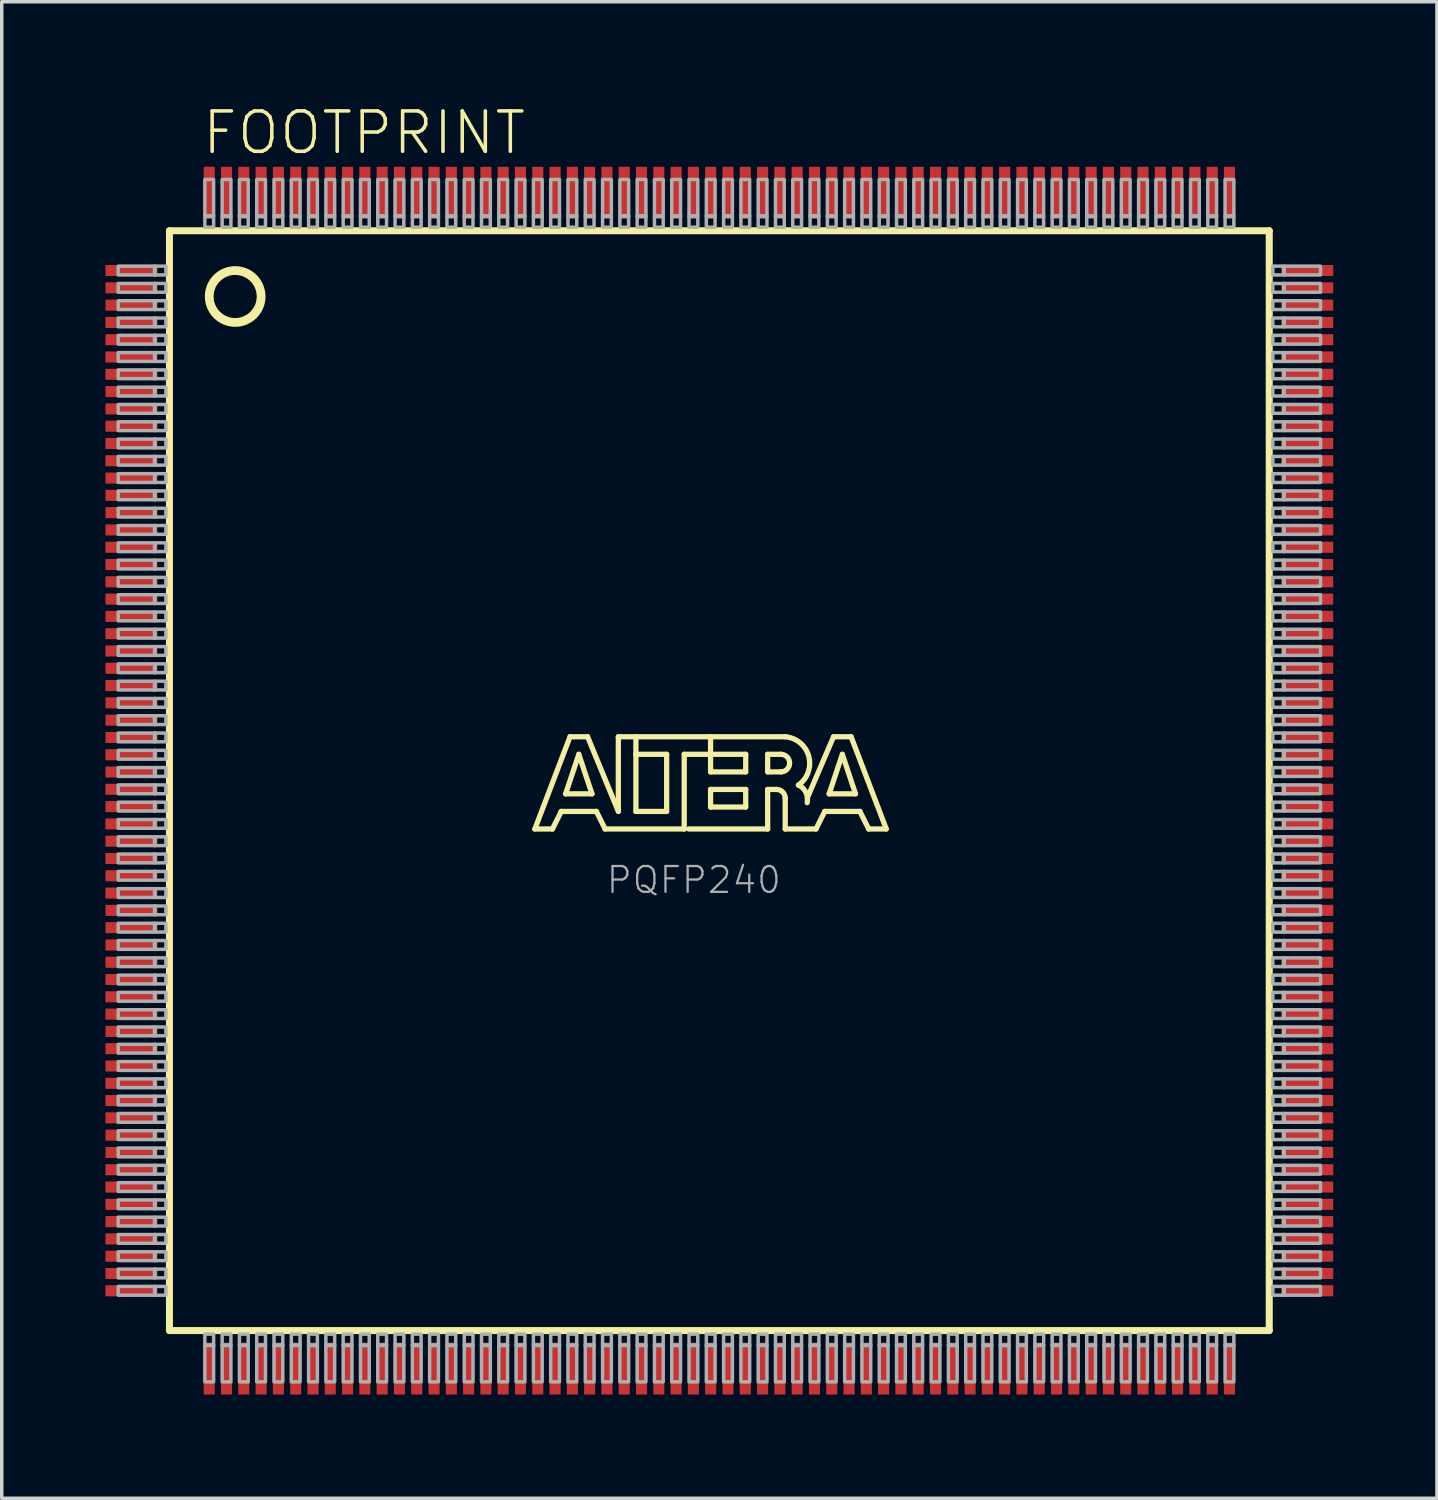
<source format=kicad_pcb>
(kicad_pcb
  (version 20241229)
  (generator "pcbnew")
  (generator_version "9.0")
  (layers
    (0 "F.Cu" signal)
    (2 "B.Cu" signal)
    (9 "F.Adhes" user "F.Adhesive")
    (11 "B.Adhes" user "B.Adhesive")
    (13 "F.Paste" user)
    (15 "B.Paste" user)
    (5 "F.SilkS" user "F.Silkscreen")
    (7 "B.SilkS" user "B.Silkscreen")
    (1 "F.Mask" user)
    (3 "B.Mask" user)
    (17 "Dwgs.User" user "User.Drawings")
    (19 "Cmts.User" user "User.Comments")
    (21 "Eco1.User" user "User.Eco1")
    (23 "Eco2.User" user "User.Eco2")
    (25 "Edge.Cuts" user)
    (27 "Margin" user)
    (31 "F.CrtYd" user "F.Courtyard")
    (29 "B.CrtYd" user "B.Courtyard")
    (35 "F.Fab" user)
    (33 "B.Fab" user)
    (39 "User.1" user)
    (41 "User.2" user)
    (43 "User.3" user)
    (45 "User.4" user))
  (footprint "FOOTPRINT"
    (layer "F.Cu")
    (at 17.75 19.523)
    (property "Reference" "FOOTPRINT" (at -15.01 -18.05 0) (layer "F.SilkS") (effects (font (size 1.168 1.168) (thickness 0.102)) (justify left bottom)))
    (fp_line (start -15.9 -15.9) (end -15.9 15.9) (stroke (width 0.203) (type solid)) (layer "F.SilkS"))
    (fp_line (start -15.9 15.9) (end 15.9 15.9) (stroke (width 0.203) (type solid)) (layer "F.SilkS"))
    (fp_line (start -5.334 1.397) (end -4.318 -1.27) (stroke (width 0.152) (type solid)) (layer "F.SilkS"))
    (fp_line (start -4.826 1.397) (end -5.334 1.397) (stroke (width 0.152) (type solid)) (layer "F.SilkS"))
    (fp_line (start -4.572 0.889) (end -4.826 1.397) (stroke (width 0.152) (type solid)) (layer "F.SilkS"))
    (fp_line (start -4.445 0.381) (end -3.683 0.381) (stroke (width 0.152) (type solid)) (layer "F.SilkS"))
    (fp_line (start -4.318 -1.27) (end -3.81 -1.27) (stroke (width 0.152) (type solid)) (layer "F.SilkS"))
    (fp_line (start -4.064 -0.762) (end -4.445 0.381) (stroke (width 0.152) (type solid)) (layer "F.SilkS"))
    (fp_line (start -3.81 -1.27) (end -2.921 0.889) (stroke (width 0.152) (type solid)) (layer "F.SilkS"))
    (fp_line (start -3.683 0.381) (end -4.064 -0.762) (stroke (width 0.152) (type solid)) (layer "F.SilkS"))
    (fp_line (start -3.556 0.889) (end -4.572 0.889) (stroke (width 0.152) (type solid)) (layer "F.SilkS"))
    (fp_line (start -3.302 1.397) (end -3.556 0.889) (stroke (width 0.152) (type solid)) (layer "F.SilkS"))
    (fp_line (start -2.921 -1.27) (end -2.413 -1.27) (stroke (width 0.152) (type solid)) (layer "F.SilkS"))
    (fp_line (start -2.921 0.889) (end -2.921 -1.27) (stroke (width 0.152) (type solid)) (layer "F.SilkS"))
    (fp_line (start -2.413 -1.27) (end -2.413 -0.762) (stroke (width 0.152) (type solid)) (layer "F.SilkS"))
    (fp_line (start -2.413 -1.27) (end -0.254 -1.27) (stroke (width 0.152) (type solid)) (layer "F.SilkS"))
    (fp_line (start -2.413 -0.762) (end -2.413 0.889) (stroke (width 0.152) (type solid)) (layer "F.SilkS"))
    (fp_line (start -2.413 0.889) (end -1.524 0.889) (stroke (width 0.152) (type solid)) (layer "F.SilkS"))
    (fp_line (start -1.524 -0.762) (end -2.413 -0.762) (stroke (width 0.152) (type solid)) (layer "F.SilkS"))
    (fp_line (start -1.524 0.889) (end -1.524 -0.762) (stroke (width 0.152) (type solid)) (layer "F.SilkS"))
    (fp_line (start -1.016 -0.762) (end -1.016 1.397) (stroke (width 0.152) (type solid)) (layer "F.SilkS"))
    (fp_line (start -1.016 1.397) (end -3.302 1.397) (stroke (width 0.152) (type solid)) (layer "F.SilkS"))
    (fp_line (start -0.254 -1.27) (end -0.254 -0.762) (stroke (width 0.152) (type solid)) (layer "F.SilkS"))
    (fp_line (start -0.254 -1.27) (end 1.905 -1.27) (stroke (width 0.152) (type solid)) (layer "F.SilkS"))
    (fp_line (start -0.254 -0.762) (end -1.016 -0.762) (stroke (width 0.152) (type solid)) (layer "F.SilkS"))
    (fp_line (start -0.254 -0.762) (end -0.254 -0.254) (stroke (width 0.152) (type solid)) (layer "F.SilkS"))
    (fp_line (start -0.254 -0.254) (end 0.762 -0.254) (stroke (width 0.152) (type solid)) (layer "F.SilkS"))
    (fp_line (start -0.254 0.254) (end 0.762 0.254) (stroke (width 0.152) (type solid)) (layer "F.SilkS"))
    (fp_line (start -0.254 0.762) (end -0.254 0.254) (stroke (width 0.152) (type solid)) (layer "F.SilkS"))
    (fp_line (start 0.762 -0.762) (end -0.254 -0.762) (stroke (width 0.152) (type solid)) (layer "F.SilkS"))
    (fp_line (start 0.762 -0.254) (end 0.762 -0.762) (stroke (width 0.152) (type solid)) (layer "F.SilkS"))
    (fp_line (start 0.762 0.254) (end 0.762 0.762) (stroke (width 0.152) (type solid)) (layer "F.SilkS"))
    (fp_line (start 0.762 0.762) (end -0.254 0.762) (stroke (width 0.152) (type solid)) (layer "F.SilkS"))
    (fp_line (start 1.397 -0.762) (end 1.397 -0.254) (stroke (width 0.152) (type solid)) (layer "F.SilkS"))
    (fp_line (start 1.397 -0.254) (end 1.778 -0.254) (stroke (width 0.152) (type solid)) (layer "F.SilkS"))
    (fp_line (start 1.397 0.254) (end 1.397 1.397) (stroke (width 0.152) (type solid)) (layer "F.SilkS"))
    (fp_line (start 1.397 0.254) (end 1.651 0.254) (stroke (width 0.152) (type solid)) (layer "F.SilkS"))
    (fp_line (start 1.397 1.397) (end -0.889 1.397) (stroke (width 0.152) (type solid)) (layer "F.SilkS"))
    (fp_line (start 1.778 -0.762) (end 1.397 -0.762) (stroke (width 0.152) (type solid)) (layer "F.SilkS"))
    (fp_line (start 1.905 0.508) (end 1.905 1.397) (stroke (width 0.152) (type solid)) (layer "F.SilkS"))
    (fp_line (start 1.905 1.397) (end 2.794 1.397) (stroke (width 0.152) (type solid)) (layer "F.SilkS"))
    (fp_line (start 2.794 1.397) (end 3.048 0.889) (stroke (width 0.152) (type solid)) (layer "F.SilkS"))
    (fp_line (start 3.048 0.889) (end 4.064 0.889) (stroke (width 0.152) (type solid)) (layer "F.SilkS"))
    (fp_line (start 3.175 0.381) (end 3.556 -0.762) (stroke (width 0.152) (type solid)) (layer "F.SilkS"))
    (fp_line (start 3.302 -1.27) (end 2.54 0.508) (stroke (width 0.152) (type solid)) (layer "F.SilkS"))
    (fp_line (start 3.556 -0.762) (end 3.937 0.381) (stroke (width 0.152) (type solid)) (layer "F.SilkS"))
    (fp_line (start 3.81 -1.27) (end 3.302 -1.27) (stroke (width 0.152) (type solid)) (layer "F.SilkS"))
    (fp_line (start 3.937 0.381) (end 3.175 0.381) (stroke (width 0.152) (type solid)) (layer "F.SilkS"))
    (fp_line (start 4.064 0.889) (end 4.318 1.397) (stroke (width 0.152) (type solid)) (layer "F.SilkS"))
    (fp_line (start 4.318 1.397) (end 4.826 1.397) (stroke (width 0.152) (type solid)) (layer "F.SilkS"))
    (fp_line (start 4.826 1.397) (end 3.81 -1.27) (stroke (width 0.152) (type solid)) (layer "F.SilkS"))
    (fp_line (start 15.9 -15.9) (end -15.9 -15.9) (stroke (width 0.203) (type solid)) (layer "F.SilkS"))
    (fp_line (start 15.9 15.9) (end 15.9 -15.9) (stroke (width 0.203) (type solid)) (layer "F.SilkS"))
    (fp_arc (start 1.651 0.254) (mid 1.830605 0.328395) (end 1.905 0.508) (stroke (width 0.1524) (type solid)) (layer "F.SilkS"))
    (fp_arc (start 1.778 -0.762) (mid 2.032 -0.508) (end 1.778 -0.254) (stroke (width 0.1524) (type solid)) (layer "F.SilkS"))
    (fp_arc (start 1.905 -1.27) (mid 2.585094 -0.704629) (end 2.286098 0.127701) (stroke (width 0.1524) (type solid)) (layer "F.SilkS"))
    (fp_arc (start 2.286 0.127) (mid 2.501981 0.336487) (end 2.539699 0.635) (stroke (width 0.1524) (type solid)) (layer "F.SilkS"))
    (fp_circle (center -14 -14) (end -13.25 -14) (stroke (width 0.254) (type solid)) (fill no) (layer "F.SilkS"))
    (fp_poly (pts (xy -17.383 -14.623) (xy -16.316 -14.623) (xy -16.316 -14.877) (xy -17.383 -14.877)) (stroke (width 0.1) (type solid)) (fill no) (layer "F.Fab"))
    (fp_poly (pts (xy -17.383 -14.123) (xy -16.316 -14.123) (xy -16.316 -14.377) (xy -17.383 -14.377)) (stroke (width 0.1) (type solid)) (fill no) (layer "F.Fab"))
    (fp_poly (pts (xy -17.383 -13.623) (xy -16.316 -13.623) (xy -16.316 -13.877) (xy -17.383 -13.877)) (stroke (width 0.1) (type solid)) (fill no) (layer "F.Fab"))
    (fp_poly (pts (xy -17.383 -13.123) (xy -16.316 -13.123) (xy -16.316 -13.377) (xy -17.383 -13.377)) (stroke (width 0.1) (type solid)) (fill no) (layer "F.Fab"))
    (fp_poly (pts (xy -17.383 -12.623) (xy -16.316 -12.623) (xy -16.316 -12.877) (xy -17.383 -12.877)) (stroke (width 0.1) (type solid)) (fill no) (layer "F.Fab"))
    (fp_poly (pts (xy -17.383 -12.123) (xy -16.316 -12.123) (xy -16.316 -12.377) (xy -17.383 -12.377)) (stroke (width 0.1) (type solid)) (fill no) (layer "F.Fab"))
    (fp_poly (pts (xy -17.383 -11.623) (xy -16.316 -11.623) (xy -16.316 -11.877) (xy -17.383 -11.877)) (stroke (width 0.1) (type solid)) (fill no) (layer "F.Fab"))
    (fp_poly (pts (xy -17.383 -11.123) (xy -16.316 -11.123) (xy -16.316 -11.377) (xy -17.383 -11.377)) (stroke (width 0.1) (type solid)) (fill no) (layer "F.Fab"))
    (fp_poly (pts (xy -17.383 -10.623) (xy -16.316 -10.623) (xy -16.316 -10.877) (xy -17.383 -10.877)) (stroke (width 0.1) (type solid)) (fill no) (layer "F.Fab"))
    (fp_poly (pts (xy -17.383 -10.123) (xy -16.316 -10.123) (xy -16.316 -10.377) (xy -17.383 -10.377)) (stroke (width 0.1) (type solid)) (fill no) (layer "F.Fab"))
    (fp_poly (pts (xy -17.383 -9.623) (xy -16.316 -9.623) (xy -16.316 -9.877) (xy -17.383 -9.877)) (stroke (width 0.1) (type solid)) (fill no) (layer "F.Fab"))
    (fp_poly (pts (xy -17.383 -9.123) (xy -16.316 -9.123) (xy -16.316 -9.377) (xy -17.383 -9.377)) (stroke (width 0.1) (type solid)) (fill no) (layer "F.Fab"))
    (fp_poly (pts (xy -17.383 -8.623) (xy -16.316 -8.623) (xy -16.316 -8.877) (xy -17.383 -8.877)) (stroke (width 0.1) (type solid)) (fill no) (layer "F.Fab"))
    (fp_poly (pts (xy -17.383 -8.123) (xy -16.316 -8.123) (xy -16.316 -8.377) (xy -17.383 -8.377)) (stroke (width 0.1) (type solid)) (fill no) (layer "F.Fab"))
    (fp_poly (pts (xy -17.383 -7.623) (xy -16.316 -7.623) (xy -16.316 -7.877) (xy -17.383 -7.877)) (stroke (width 0.1) (type solid)) (fill no) (layer "F.Fab"))
    (fp_poly (pts (xy -17.383 -7.123) (xy -16.316 -7.123) (xy -16.316 -7.377) (xy -17.383 -7.377)) (stroke (width 0.1) (type solid)) (fill no) (layer "F.Fab"))
    (fp_poly (pts (xy -17.383 -6.623) (xy -16.316 -6.623) (xy -16.316 -6.877) (xy -17.383 -6.877)) (stroke (width 0.1) (type solid)) (fill no) (layer "F.Fab"))
    (fp_poly (pts (xy -17.383 -6.123) (xy -16.316 -6.123) (xy -16.316 -6.377) (xy -17.383 -6.377)) (stroke (width 0.1) (type solid)) (fill no) (layer "F.Fab"))
    (fp_poly (pts (xy -17.383 -5.623) (xy -16.316 -5.623) (xy -16.316 -5.877) (xy -17.383 -5.877)) (stroke (width 0.1) (type solid)) (fill no) (layer "F.Fab"))
    (fp_poly (pts (xy -17.383 -5.123) (xy -16.316 -5.123) (xy -16.316 -5.377) (xy -17.383 -5.377)) (stroke (width 0.1) (type solid)) (fill no) (layer "F.Fab"))
    (fp_poly (pts (xy -17.383 -4.623) (xy -16.316 -4.623) (xy -16.316 -4.877) (xy -17.383 -4.877)) (stroke (width 0.1) (type solid)) (fill no) (layer "F.Fab"))
    (fp_poly (pts (xy -17.383 -4.123) (xy -16.316 -4.123) (xy -16.316 -4.377) (xy -17.383 -4.377)) (stroke (width 0.1) (type solid)) (fill no) (layer "F.Fab"))
    (fp_poly (pts (xy -17.383 -3.623) (xy -16.316 -3.623) (xy -16.316 -3.877) (xy -17.383 -3.877)) (stroke (width 0.1) (type solid)) (fill no) (layer "F.Fab"))
    (fp_poly (pts (xy -17.383 -3.123) (xy -16.316 -3.123) (xy -16.316 -3.377) (xy -17.383 -3.377)) (stroke (width 0.1) (type solid)) (fill no) (layer "F.Fab"))
    (fp_poly (pts (xy -17.383 -2.623) (xy -16.316 -2.623) (xy -16.316 -2.877) (xy -17.383 -2.877)) (stroke (width 0.1) (type solid)) (fill no) (layer "F.Fab"))
    (fp_poly (pts (xy -17.383 -2.123) (xy -16.316 -2.123) (xy -16.316 -2.377) (xy -17.383 -2.377)) (stroke (width 0.1) (type solid)) (fill no) (layer "F.Fab"))
    (fp_poly (pts (xy -17.383 -1.623) (xy -16.316 -1.623) (xy -16.316 -1.877) (xy -17.383 -1.877)) (stroke (width 0.1) (type solid)) (fill no) (layer "F.Fab"))
    (fp_poly (pts (xy -17.383 -1.123) (xy -16.316 -1.123) (xy -16.316 -1.377) (xy -17.383 -1.377)) (stroke (width 0.1) (type solid)) (fill no) (layer "F.Fab"))
    (fp_poly (pts (xy -17.383 -0.623) (xy -16.316 -0.623) (xy -16.316 -0.877) (xy -17.383 -0.877)) (stroke (width 0.1) (type solid)) (fill no) (layer "F.Fab"))
    (fp_poly (pts (xy -17.383 -0.123) (xy -16.316 -0.123) (xy -16.316 -0.377) (xy -17.383 -0.377)) (stroke (width 0.1) (type solid)) (fill no) (layer "F.Fab"))
    (fp_poly (pts (xy -17.383 0.377) (xy -16.316 0.377) (xy -16.316 0.123) (xy -17.383 0.123)) (stroke (width 0.1) (type solid)) (fill no) (layer "F.Fab"))
    (fp_poly (pts (xy -17.383 0.877) (xy -16.316 0.877) (xy -16.316 0.623) (xy -17.383 0.623)) (stroke (width 0.1) (type solid)) (fill no) (layer "F.Fab"))
    (fp_poly (pts (xy -17.383 1.377) (xy -16.316 1.377) (xy -16.316 1.123) (xy -17.383 1.123)) (stroke (width 0.1) (type solid)) (fill no) (layer "F.Fab"))
    (fp_poly (pts (xy -17.383 1.877) (xy -16.316 1.877) (xy -16.316 1.623) (xy -17.383 1.623)) (stroke (width 0.1) (type solid)) (fill no) (layer "F.Fab"))
    (fp_poly (pts (xy -17.383 2.377) (xy -16.316 2.377) (xy -16.316 2.123) (xy -17.383 2.123)) (stroke (width 0.1) (type solid)) (fill no) (layer "F.Fab"))
    (fp_poly (pts (xy -17.383 2.877) (xy -16.316 2.877) (xy -16.316 2.623) (xy -17.383 2.623)) (stroke (width 0.1) (type solid)) (fill no) (layer "F.Fab"))
    (fp_poly (pts (xy -17.383 3.377) (xy -16.316 3.377) (xy -16.316 3.123) (xy -17.383 3.123)) (stroke (width 0.1) (type solid)) (fill no) (layer "F.Fab"))
    (fp_poly (pts (xy -17.383 3.877) (xy -16.316 3.877) (xy -16.316 3.623) (xy -17.383 3.623)) (stroke (width 0.1) (type solid)) (fill no) (layer "F.Fab"))
    (fp_poly (pts (xy -17.383 4.377) (xy -16.316 4.377) (xy -16.316 4.123) (xy -17.383 4.123)) (stroke (width 0.1) (type solid)) (fill no) (layer "F.Fab"))
    (fp_poly (pts (xy -17.383 4.877) (xy -16.316 4.877) (xy -16.316 4.623) (xy -17.383 4.623)) (stroke (width 0.1) (type solid)) (fill no) (layer "F.Fab"))
    (fp_poly (pts (xy -17.383 5.377) (xy -16.316 5.377) (xy -16.316 5.123) (xy -17.383 5.123)) (stroke (width 0.1) (type solid)) (fill no) (layer "F.Fab"))
    (fp_poly (pts (xy -17.383 5.877) (xy -16.316 5.877) (xy -16.316 5.623) (xy -17.383 5.623)) (stroke (width 0.1) (type solid)) (fill no) (layer "F.Fab"))
    (fp_poly (pts (xy -17.383 6.377) (xy -16.316 6.377) (xy -16.316 6.123) (xy -17.383 6.123)) (stroke (width 0.1) (type solid)) (fill no) (layer "F.Fab"))
    (fp_poly (pts (xy -17.383 6.877) (xy -16.316 6.877) (xy -16.316 6.623) (xy -17.383 6.623)) (stroke (width 0.1) (type solid)) (fill no) (layer "F.Fab"))
    (fp_poly (pts (xy -17.383 7.377) (xy -16.316 7.377) (xy -16.316 7.123) (xy -17.383 7.123)) (stroke (width 0.1) (type solid)) (fill no) (layer "F.Fab"))
    (fp_poly (pts (xy -17.383 7.877) (xy -16.316 7.877) (xy -16.316 7.623) (xy -17.383 7.623)) (stroke (width 0.1) (type solid)) (fill no) (layer "F.Fab"))
    (fp_poly (pts (xy -17.383 8.377) (xy -16.316 8.377) (xy -16.316 8.123) (xy -17.383 8.123)) (stroke (width 0.1) (type solid)) (fill no) (layer "F.Fab"))
    (fp_poly (pts (xy -17.383 8.877) (xy -16.316 8.877) (xy -16.316 8.623) (xy -17.383 8.623)) (stroke (width 0.1) (type solid)) (fill no) (layer "F.Fab"))
    (fp_poly (pts (xy -17.383 9.377) (xy -16.316 9.377) (xy -16.316 9.123) (xy -17.383 9.123)) (stroke (width 0.1) (type solid)) (fill no) (layer "F.Fab"))
    (fp_poly (pts (xy -17.383 9.877) (xy -16.316 9.877) (xy -16.316 9.623) (xy -17.383 9.623)) (stroke (width 0.1) (type solid)) (fill no) (layer "F.Fab"))
    (fp_poly (pts (xy -17.383 10.377) (xy -16.316 10.377) (xy -16.316 10.123) (xy -17.383 10.123)) (stroke (width 0.1) (type solid)) (fill no) (layer "F.Fab"))
    (fp_poly (pts (xy -17.383 10.877) (xy -16.316 10.877) (xy -16.316 10.623) (xy -17.383 10.623)) (stroke (width 0.1) (type solid)) (fill no) (layer "F.Fab"))
    (fp_poly (pts (xy -17.383 11.377) (xy -16.316 11.377) (xy -16.316 11.123) (xy -17.383 11.123)) (stroke (width 0.1) (type solid)) (fill no) (layer "F.Fab"))
    (fp_poly (pts (xy -17.383 11.877) (xy -16.316 11.877) (xy -16.316 11.623) (xy -17.383 11.623)) (stroke (width 0.1) (type solid)) (fill no) (layer "F.Fab"))
    (fp_poly (pts (xy -17.383 12.377) (xy -16.316 12.377) (xy -16.316 12.123) (xy -17.383 12.123)) (stroke (width 0.1) (type solid)) (fill no) (layer "F.Fab"))
    (fp_poly (pts (xy -17.383 12.877) (xy -16.316 12.877) (xy -16.316 12.623) (xy -17.383 12.623)) (stroke (width 0.1) (type solid)) (fill no) (layer "F.Fab"))
    (fp_poly (pts (xy -17.383 13.377) (xy -16.316 13.377) (xy -16.316 13.123) (xy -17.383 13.123)) (stroke (width 0.1) (type solid)) (fill no) (layer "F.Fab"))
    (fp_poly (pts (xy -17.383 13.877) (xy -16.316 13.877) (xy -16.316 13.623) (xy -17.383 13.623)) (stroke (width 0.1) (type solid)) (fill no) (layer "F.Fab"))
    (fp_poly (pts (xy -17.383 14.377) (xy -16.316 14.377) (xy -16.316 14.123) (xy -17.383 14.123)) (stroke (width 0.1) (type solid)) (fill no) (layer "F.Fab"))
    (fp_poly (pts (xy -17.383 14.877) (xy -16.316 14.877) (xy -16.316 14.623) (xy -17.383 14.623)) (stroke (width 0.1) (type solid)) (fill no) (layer "F.Fab"))
    (fp_poly (pts (xy -16.333 -14.623) (xy -16.003 -14.623) (xy -16.003 -14.877) (xy -16.333 -14.877)) (stroke (width 0.1) (type solid)) (fill no) (layer "F.Fab"))
    (fp_poly (pts (xy -16.333 -14.123) (xy -16.003 -14.123) (xy -16.003 -14.377) (xy -16.333 -14.377)) (stroke (width 0.1) (type solid)) (fill no) (layer "F.Fab"))
    (fp_poly (pts (xy -16.333 -13.623) (xy -16.003 -13.623) (xy -16.003 -13.877) (xy -16.333 -13.877)) (stroke (width 0.1) (type solid)) (fill no) (layer "F.Fab"))
    (fp_poly (pts (xy -16.333 -13.123) (xy -16.003 -13.123) (xy -16.003 -13.377) (xy -16.333 -13.377)) (stroke (width 0.1) (type solid)) (fill no) (layer "F.Fab"))
    (fp_poly (pts (xy -16.333 -12.623) (xy -16.003 -12.623) (xy -16.003 -12.877) (xy -16.333 -12.877)) (stroke (width 0.1) (type solid)) (fill no) (layer "F.Fab"))
    (fp_poly (pts (xy -16.333 -12.123) (xy -16.003 -12.123) (xy -16.003 -12.377) (xy -16.333 -12.377)) (stroke (width 0.1) (type solid)) (fill no) (layer "F.Fab"))
    (fp_poly (pts (xy -16.333 -11.623) (xy -16.003 -11.623) (xy -16.003 -11.877) (xy -16.333 -11.877)) (stroke (width 0.1) (type solid)) (fill no) (layer "F.Fab"))
    (fp_poly (pts (xy -16.333 -11.123) (xy -16.003 -11.123) (xy -16.003 -11.377) (xy -16.333 -11.377)) (stroke (width 0.1) (type solid)) (fill no) (layer "F.Fab"))
    (fp_poly (pts (xy -16.333 -10.623) (xy -16.003 -10.623) (xy -16.003 -10.877) (xy -16.333 -10.877)) (stroke (width 0.1) (type solid)) (fill no) (layer "F.Fab"))
    (fp_poly (pts (xy -16.333 -10.123) (xy -16.003 -10.123) (xy -16.003 -10.377) (xy -16.333 -10.377)) (stroke (width 0.1) (type solid)) (fill no) (layer "F.Fab"))
    (fp_poly (pts (xy -16.333 -9.623) (xy -16.003 -9.623) (xy -16.003 -9.877) (xy -16.333 -9.877)) (stroke (width 0.1) (type solid)) (fill no) (layer "F.Fab"))
    (fp_poly (pts (xy -16.333 -9.123) (xy -16.003 -9.123) (xy -16.003 -9.377) (xy -16.333 -9.377)) (stroke (width 0.1) (type solid)) (fill no) (layer "F.Fab"))
    (fp_poly (pts (xy -16.333 -8.623) (xy -16.003 -8.623) (xy -16.003 -8.877) (xy -16.333 -8.877)) (stroke (width 0.1) (type solid)) (fill no) (layer "F.Fab"))
    (fp_poly (pts (xy -16.333 -8.123) (xy -16.003 -8.123) (xy -16.003 -8.377) (xy -16.333 -8.377)) (stroke (width 0.1) (type solid)) (fill no) (layer "F.Fab"))
    (fp_poly (pts (xy -16.333 -7.623) (xy -16.003 -7.623) (xy -16.003 -7.877) (xy -16.333 -7.877)) (stroke (width 0.1) (type solid)) (fill no) (layer "F.Fab"))
    (fp_poly (pts (xy -16.333 -7.123) (xy -16.003 -7.123) (xy -16.003 -7.377) (xy -16.333 -7.377)) (stroke (width 0.1) (type solid)) (fill no) (layer "F.Fab"))
    (fp_poly (pts (xy -16.333 -6.623) (xy -16.003 -6.623) (xy -16.003 -6.877) (xy -16.333 -6.877)) (stroke (width 0.1) (type solid)) (fill no) (layer "F.Fab"))
    (fp_poly (pts (xy -16.333 -6.123) (xy -16.003 -6.123) (xy -16.003 -6.377) (xy -16.333 -6.377)) (stroke (width 0.1) (type solid)) (fill no) (layer "F.Fab"))
    (fp_poly (pts (xy -16.333 -5.623) (xy -16.003 -5.623) (xy -16.003 -5.877) (xy -16.333 -5.877)) (stroke (width 0.1) (type solid)) (fill no) (layer "F.Fab"))
    (fp_poly (pts (xy -16.333 -5.123) (xy -16.003 -5.123) (xy -16.003 -5.377) (xy -16.333 -5.377)) (stroke (width 0.1) (type solid)) (fill no) (layer "F.Fab"))
    (fp_poly (pts (xy -16.333 -4.623) (xy -16.003 -4.623) (xy -16.003 -4.877) (xy -16.333 -4.877)) (stroke (width 0.1) (type solid)) (fill no) (layer "F.Fab"))
    (fp_poly (pts (xy -16.333 -4.123) (xy -16.003 -4.123) (xy -16.003 -4.377) (xy -16.333 -4.377)) (stroke (width 0.1) (type solid)) (fill no) (layer "F.Fab"))
    (fp_poly (pts (xy -16.333 -3.623) (xy -16.003 -3.623) (xy -16.003 -3.877) (xy -16.333 -3.877)) (stroke (width 0.1) (type solid)) (fill no) (layer "F.Fab"))
    (fp_poly (pts (xy -16.333 -3.123) (xy -16.003 -3.123) (xy -16.003 -3.377) (xy -16.333 -3.377)) (stroke (width 0.1) (type solid)) (fill no) (layer "F.Fab"))
    (fp_poly (pts (xy -16.333 -2.623) (xy -16.003 -2.623) (xy -16.003 -2.877) (xy -16.333 -2.877)) (stroke (width 0.1) (type solid)) (fill no) (layer "F.Fab"))
    (fp_poly (pts (xy -16.333 -2.123) (xy -16.003 -2.123) (xy -16.003 -2.377) (xy -16.333 -2.377)) (stroke (width 0.1) (type solid)) (fill no) (layer "F.Fab"))
    (fp_poly (pts (xy -16.333 -1.623) (xy -16.003 -1.623) (xy -16.003 -1.877) (xy -16.333 -1.877)) (stroke (width 0.1) (type solid)) (fill no) (layer "F.Fab"))
    (fp_poly (pts (xy -16.333 -1.123) (xy -16.003 -1.123) (xy -16.003 -1.377) (xy -16.333 -1.377)) (stroke (width 0.1) (type solid)) (fill no) (layer "F.Fab"))
    (fp_poly (pts (xy -16.333 -0.623) (xy -16.003 -0.623) (xy -16.003 -0.877) (xy -16.333 -0.877)) (stroke (width 0.1) (type solid)) (fill no) (layer "F.Fab"))
    (fp_poly (pts (xy -16.333 -0.123) (xy -16.003 -0.123) (xy -16.003 -0.377) (xy -16.333 -0.377)) (stroke (width 0.1) (type solid)) (fill no) (layer "F.Fab"))
    (fp_poly (pts (xy -16.333 0.377) (xy -16.003 0.377) (xy -16.003 0.123) (xy -16.333 0.123)) (stroke (width 0.1) (type solid)) (fill no) (layer "F.Fab"))
    (fp_poly (pts (xy -16.333 0.877) (xy -16.003 0.877) (xy -16.003 0.623) (xy -16.333 0.623)) (stroke (width 0.1) (type solid)) (fill no) (layer "F.Fab"))
    (fp_poly (pts (xy -16.333 1.377) (xy -16.003 1.377) (xy -16.003 1.123) (xy -16.333 1.123)) (stroke (width 0.1) (type solid)) (fill no) (layer "F.Fab"))
    (fp_poly (pts (xy -16.333 1.877) (xy -16.003 1.877) (xy -16.003 1.623) (xy -16.333 1.623)) (stroke (width 0.1) (type solid)) (fill no) (layer "F.Fab"))
    (fp_poly (pts (xy -16.333 2.377) (xy -16.003 2.377) (xy -16.003 2.123) (xy -16.333 2.123)) (stroke (width 0.1) (type solid)) (fill no) (layer "F.Fab"))
    (fp_poly (pts (xy -16.333 2.877) (xy -16.003 2.877) (xy -16.003 2.623) (xy -16.333 2.623)) (stroke (width 0.1) (type solid)) (fill no) (layer "F.Fab"))
    (fp_poly (pts (xy -16.333 3.377) (xy -16.003 3.377) (xy -16.003 3.123) (xy -16.333 3.123)) (stroke (width 0.1) (type solid)) (fill no) (layer "F.Fab"))
    (fp_poly (pts (xy -16.333 3.877) (xy -16.003 3.877) (xy -16.003 3.623) (xy -16.333 3.623)) (stroke (width 0.1) (type solid)) (fill no) (layer "F.Fab"))
    (fp_poly (pts (xy -16.333 4.377) (xy -16.003 4.377) (xy -16.003 4.123) (xy -16.333 4.123)) (stroke (width 0.1) (type solid)) (fill no) (layer "F.Fab"))
    (fp_poly (pts (xy -16.333 4.877) (xy -16.003 4.877) (xy -16.003 4.623) (xy -16.333 4.623)) (stroke (width 0.1) (type solid)) (fill no) (layer "F.Fab"))
    (fp_poly (pts (xy -16.333 5.377) (xy -16.003 5.377) (xy -16.003 5.123) (xy -16.333 5.123)) (stroke (width 0.1) (type solid)) (fill no) (layer "F.Fab"))
    (fp_poly (pts (xy -16.333 5.877) (xy -16.003 5.877) (xy -16.003 5.623) (xy -16.333 5.623)) (stroke (width 0.1) (type solid)) (fill no) (layer "F.Fab"))
    (fp_poly (pts (xy -16.333 6.377) (xy -16.003 6.377) (xy -16.003 6.123) (xy -16.333 6.123)) (stroke (width 0.1) (type solid)) (fill no) (layer "F.Fab"))
    (fp_poly (pts (xy -16.333 6.877) (xy -16.003 6.877) (xy -16.003 6.623) (xy -16.333 6.623)) (stroke (width 0.1) (type solid)) (fill no) (layer "F.Fab"))
    (fp_poly (pts (xy -16.333 7.377) (xy -16.003 7.377) (xy -16.003 7.123) (xy -16.333 7.123)) (stroke (width 0.1) (type solid)) (fill no) (layer "F.Fab"))
    (fp_poly (pts (xy -16.333 7.877) (xy -16.003 7.877) (xy -16.003 7.623) (xy -16.333 7.623)) (stroke (width 0.1) (type solid)) (fill no) (layer "F.Fab"))
    (fp_poly (pts (xy -16.333 8.377) (xy -16.003 8.377) (xy -16.003 8.123) (xy -16.333 8.123)) (stroke (width 0.1) (type solid)) (fill no) (layer "F.Fab"))
    (fp_poly (pts (xy -16.333 8.877) (xy -16.003 8.877) (xy -16.003 8.623) (xy -16.333 8.623)) (stroke (width 0.1) (type solid)) (fill no) (layer "F.Fab"))
    (fp_poly (pts (xy -16.333 9.377) (xy -16.003 9.377) (xy -16.003 9.123) (xy -16.333 9.123)) (stroke (width 0.1) (type solid)) (fill no) (layer "F.Fab"))
    (fp_poly (pts (xy -16.333 9.877) (xy -16.003 9.877) (xy -16.003 9.623) (xy -16.333 9.623)) (stroke (width 0.1) (type solid)) (fill no) (layer "F.Fab"))
    (fp_poly (pts (xy -16.333 10.377) (xy -16.003 10.377) (xy -16.003 10.123) (xy -16.333 10.123)) (stroke (width 0.1) (type solid)) (fill no) (layer "F.Fab"))
    (fp_poly (pts (xy -16.333 10.877) (xy -16.003 10.877) (xy -16.003 10.623) (xy -16.333 10.623)) (stroke (width 0.1) (type solid)) (fill no) (layer "F.Fab"))
    (fp_poly (pts (xy -16.333 11.377) (xy -16.003 11.377) (xy -16.003 11.123) (xy -16.333 11.123)) (stroke (width 0.1) (type solid)) (fill no) (layer "F.Fab"))
    (fp_poly (pts (xy -16.333 11.877) (xy -16.003 11.877) (xy -16.003 11.623) (xy -16.333 11.623)) (stroke (width 0.1) (type solid)) (fill no) (layer "F.Fab"))
    (fp_poly (pts (xy -16.333 12.377) (xy -16.003 12.377) (xy -16.003 12.123) (xy -16.333 12.123)) (stroke (width 0.1) (type solid)) (fill no) (layer "F.Fab"))
    (fp_poly (pts (xy -16.333 12.877) (xy -16.003 12.877) (xy -16.003 12.623) (xy -16.333 12.623)) (stroke (width 0.1) (type solid)) (fill no) (layer "F.Fab"))
    (fp_poly (pts (xy -16.333 13.377) (xy -16.003 13.377) (xy -16.003 13.123) (xy -16.333 13.123)) (stroke (width 0.1) (type solid)) (fill no) (layer "F.Fab"))
    (fp_poly (pts (xy -16.333 13.877) (xy -16.003 13.877) (xy -16.003 13.623) (xy -16.333 13.623)) (stroke (width 0.1) (type solid)) (fill no) (layer "F.Fab"))
    (fp_poly (pts (xy -16.333 14.377) (xy -16.003 14.377) (xy -16.003 14.123) (xy -16.333 14.123)) (stroke (width 0.1) (type solid)) (fill no) (layer "F.Fab"))
    (fp_poly (pts (xy -16.333 14.877) (xy -16.003 14.877) (xy -16.003 14.623) (xy -16.333 14.623)) (stroke (width 0.1) (type solid)) (fill no) (layer "F.Fab"))
    (fp_poly (pts (xy -14.877 -16.316) (xy -14.623 -16.316) (xy -14.623 -17.383) (xy -14.877 -17.383)) (stroke (width 0.1) (type solid)) (fill no) (layer "F.Fab"))
    (fp_poly (pts (xy -14.877 -16.003) (xy -14.623 -16.003) (xy -14.623 -16.333) (xy -14.877 -16.333)) (stroke (width 0.1) (type solid)) (fill no) (layer "F.Fab"))
    (fp_poly (pts (xy -14.877 16.333) (xy -14.623 16.333) (xy -14.623 16.003) (xy -14.877 16.003)) (stroke (width 0.1) (type solid)) (fill no) (layer "F.Fab"))
    (fp_poly (pts (xy -14.877 17.383) (xy -14.623 17.383) (xy -14.623 16.316) (xy -14.877 16.316)) (stroke (width 0.1) (type solid)) (fill no) (layer "F.Fab"))
    (fp_poly (pts (xy -14.377 -16.316) (xy -14.123 -16.316) (xy -14.123 -17.383) (xy -14.377 -17.383)) (stroke (width 0.1) (type solid)) (fill no) (layer "F.Fab"))
    (fp_poly (pts (xy -14.377 -16.003) (xy -14.123 -16.003) (xy -14.123 -16.333) (xy -14.377 -16.333)) (stroke (width 0.1) (type solid)) (fill no) (layer "F.Fab"))
    (fp_poly (pts (xy -14.377 16.333) (xy -14.123 16.333) (xy -14.123 16.003) (xy -14.377 16.003)) (stroke (width 0.1) (type solid)) (fill no) (layer "F.Fab"))
    (fp_poly (pts (xy -14.377 17.383) (xy -14.123 17.383) (xy -14.123 16.316) (xy -14.377 16.316)) (stroke (width 0.1) (type solid)) (fill no) (layer "F.Fab"))
    (fp_poly (pts (xy -13.877 -16.316) (xy -13.623 -16.316) (xy -13.623 -17.383) (xy -13.877 -17.383)) (stroke (width 0.1) (type solid)) (fill no) (layer "F.Fab"))
    (fp_poly (pts (xy -13.877 -16.003) (xy -13.623 -16.003) (xy -13.623 -16.333) (xy -13.877 -16.333)) (stroke (width 0.1) (type solid)) (fill no) (layer "F.Fab"))
    (fp_poly (pts (xy -13.877 16.333) (xy -13.623 16.333) (xy -13.623 16.003) (xy -13.877 16.003)) (stroke (width 0.1) (type solid)) (fill no) (layer "F.Fab"))
    (fp_poly (pts (xy -13.877 17.383) (xy -13.623 17.383) (xy -13.623 16.316) (xy -13.877 16.316)) (stroke (width 0.1) (type solid)) (fill no) (layer "F.Fab"))
    (fp_poly (pts (xy -13.377 -16.316) (xy -13.123 -16.316) (xy -13.123 -17.383) (xy -13.377 -17.383)) (stroke (width 0.1) (type solid)) (fill no) (layer "F.Fab"))
    (fp_poly (pts (xy -13.377 -16.003) (xy -13.123 -16.003) (xy -13.123 -16.333) (xy -13.377 -16.333)) (stroke (width 0.1) (type solid)) (fill no) (layer "F.Fab"))
    (fp_poly (pts (xy -13.377 16.333) (xy -13.123 16.333) (xy -13.123 16.003) (xy -13.377 16.003)) (stroke (width 0.1) (type solid)) (fill no) (layer "F.Fab"))
    (fp_poly (pts (xy -13.377 17.383) (xy -13.123 17.383) (xy -13.123 16.316) (xy -13.377 16.316)) (stroke (width 0.1) (type solid)) (fill no) (layer "F.Fab"))
    (fp_poly (pts (xy -12.877 -16.316) (xy -12.623 -16.316) (xy -12.623 -17.383) (xy -12.877 -17.383)) (stroke (width 0.1) (type solid)) (fill no) (layer "F.Fab"))
    (fp_poly (pts (xy -12.877 -16.003) (xy -12.623 -16.003) (xy -12.623 -16.333) (xy -12.877 -16.333)) (stroke (width 0.1) (type solid)) (fill no) (layer "F.Fab"))
    (fp_poly (pts (xy -12.877 16.333) (xy -12.623 16.333) (xy -12.623 16.003) (xy -12.877 16.003)) (stroke (width 0.1) (type solid)) (fill no) (layer "F.Fab"))
    (fp_poly (pts (xy -12.877 17.383) (xy -12.623 17.383) (xy -12.623 16.316) (xy -12.877 16.316)) (stroke (width 0.1) (type solid)) (fill no) (layer "F.Fab"))
    (fp_poly (pts (xy -12.377 -16.316) (xy -12.123 -16.316) (xy -12.123 -17.383) (xy -12.377 -17.383)) (stroke (width 0.1) (type solid)) (fill no) (layer "F.Fab"))
    (fp_poly (pts (xy -12.377 -16.003) (xy -12.123 -16.003) (xy -12.123 -16.333) (xy -12.377 -16.333)) (stroke (width 0.1) (type solid)) (fill no) (layer "F.Fab"))
    (fp_poly (pts (xy -12.377 16.333) (xy -12.123 16.333) (xy -12.123 16.003) (xy -12.377 16.003)) (stroke (width 0.1) (type solid)) (fill no) (layer "F.Fab"))
    (fp_poly (pts (xy -12.377 17.383) (xy -12.123 17.383) (xy -12.123 16.316) (xy -12.377 16.316)) (stroke (width 0.1) (type solid)) (fill no) (layer "F.Fab"))
    (fp_poly (pts (xy -11.877 -16.316) (xy -11.623 -16.316) (xy -11.623 -17.383) (xy -11.877 -17.383)) (stroke (width 0.1) (type solid)) (fill no) (layer "F.Fab"))
    (fp_poly (pts (xy -11.877 -16.003) (xy -11.623 -16.003) (xy -11.623 -16.333) (xy -11.877 -16.333)) (stroke (width 0.1) (type solid)) (fill no) (layer "F.Fab"))
    (fp_poly (pts (xy -11.877 16.333) (xy -11.623 16.333) (xy -11.623 16.003) (xy -11.877 16.003)) (stroke (width 0.1) (type solid)) (fill no) (layer "F.Fab"))
    (fp_poly (pts (xy -11.877 17.383) (xy -11.623 17.383) (xy -11.623 16.316) (xy -11.877 16.316)) (stroke (width 0.1) (type solid)) (fill no) (layer "F.Fab"))
    (fp_poly (pts (xy -11.377 -16.316) (xy -11.123 -16.316) (xy -11.123 -17.383) (xy -11.377 -17.383)) (stroke (width 0.1) (type solid)) (fill no) (layer "F.Fab"))
    (fp_poly (pts (xy -11.377 -16.003) (xy -11.123 -16.003) (xy -11.123 -16.333) (xy -11.377 -16.333)) (stroke (width 0.1) (type solid)) (fill no) (layer "F.Fab"))
    (fp_poly (pts (xy -11.377 16.333) (xy -11.123 16.333) (xy -11.123 16.003) (xy -11.377 16.003)) (stroke (width 0.1) (type solid)) (fill no) (layer "F.Fab"))
    (fp_poly (pts (xy -11.377 17.383) (xy -11.123 17.383) (xy -11.123 16.316) (xy -11.377 16.316)) (stroke (width 0.1) (type solid)) (fill no) (layer "F.Fab"))
    (fp_poly (pts (xy -10.877 -16.316) (xy -10.623 -16.316) (xy -10.623 -17.383) (xy -10.877 -17.383)) (stroke (width 0.1) (type solid)) (fill no) (layer "F.Fab"))
    (fp_poly (pts (xy -10.877 -16.003) (xy -10.623 -16.003) (xy -10.623 -16.333) (xy -10.877 -16.333)) (stroke (width 0.1) (type solid)) (fill no) (layer "F.Fab"))
    (fp_poly (pts (xy -10.877 16.333) (xy -10.623 16.333) (xy -10.623 16.003) (xy -10.877 16.003)) (stroke (width 0.1) (type solid)) (fill no) (layer "F.Fab"))
    (fp_poly (pts (xy -10.877 17.383) (xy -10.623 17.383) (xy -10.623 16.316) (xy -10.877 16.316)) (stroke (width 0.1) (type solid)) (fill no) (layer "F.Fab"))
    (fp_poly (pts (xy -10.377 -16.316) (xy -10.123 -16.316) (xy -10.123 -17.383) (xy -10.377 -17.383)) (stroke (width 0.1) (type solid)) (fill no) (layer "F.Fab"))
    (fp_poly (pts (xy -10.377 -16.003) (xy -10.123 -16.003) (xy -10.123 -16.333) (xy -10.377 -16.333)) (stroke (width 0.1) (type solid)) (fill no) (layer "F.Fab"))
    (fp_poly (pts (xy -10.377 16.333) (xy -10.123 16.333) (xy -10.123 16.003) (xy -10.377 16.003)) (stroke (width 0.1) (type solid)) (fill no) (layer "F.Fab"))
    (fp_poly (pts (xy -10.377 17.383) (xy -10.123 17.383) (xy -10.123 16.316) (xy -10.377 16.316)) (stroke (width 0.1) (type solid)) (fill no) (layer "F.Fab"))
    (fp_poly (pts (xy -9.877 -16.316) (xy -9.623 -16.316) (xy -9.623 -17.383) (xy -9.877 -17.383)) (stroke (width 0.1) (type solid)) (fill no) (layer "F.Fab"))
    (fp_poly (pts (xy -9.877 -16.003) (xy -9.623 -16.003) (xy -9.623 -16.333) (xy -9.877 -16.333)) (stroke (width 0.1) (type solid)) (fill no) (layer "F.Fab"))
    (fp_poly (pts (xy -9.877 16.333) (xy -9.623 16.333) (xy -9.623 16.003) (xy -9.877 16.003)) (stroke (width 0.1) (type solid)) (fill no) (layer "F.Fab"))
    (fp_poly (pts (xy -9.877 17.383) (xy -9.623 17.383) (xy -9.623 16.316) (xy -9.877 16.316)) (stroke (width 0.1) (type solid)) (fill no) (layer "F.Fab"))
    (fp_poly (pts (xy -9.377 -16.316) (xy -9.123 -16.316) (xy -9.123 -17.383) (xy -9.377 -17.383)) (stroke (width 0.1) (type solid)) (fill no) (layer "F.Fab"))
    (fp_poly (pts (xy -9.377 -16.003) (xy -9.123 -16.003) (xy -9.123 -16.333) (xy -9.377 -16.333)) (stroke (width 0.1) (type solid)) (fill no) (layer "F.Fab"))
    (fp_poly (pts (xy -9.377 16.333) (xy -9.123 16.333) (xy -9.123 16.003) (xy -9.377 16.003)) (stroke (width 0.1) (type solid)) (fill no) (layer "F.Fab"))
    (fp_poly (pts (xy -9.377 17.383) (xy -9.123 17.383) (xy -9.123 16.316) (xy -9.377 16.316)) (stroke (width 0.1) (type solid)) (fill no) (layer "F.Fab"))
    (fp_poly (pts (xy -8.877 -16.316) (xy -8.623 -16.316) (xy -8.623 -17.383) (xy -8.877 -17.383)) (stroke (width 0.1) (type solid)) (fill no) (layer "F.Fab"))
    (fp_poly (pts (xy -8.877 -16.003) (xy -8.623 -16.003) (xy -8.623 -16.333) (xy -8.877 -16.333)) (stroke (width 0.1) (type solid)) (fill no) (layer "F.Fab"))
    (fp_poly (pts (xy -8.877 16.333) (xy -8.623 16.333) (xy -8.623 16.003) (xy -8.877 16.003)) (stroke (width 0.1) (type solid)) (fill no) (layer "F.Fab"))
    (fp_poly (pts (xy -8.877 17.383) (xy -8.623 17.383) (xy -8.623 16.316) (xy -8.877 16.316)) (stroke (width 0.1) (type solid)) (fill no) (layer "F.Fab"))
    (fp_poly (pts (xy -8.377 -16.316) (xy -8.123 -16.316) (xy -8.123 -17.383) (xy -8.377 -17.383)) (stroke (width 0.1) (type solid)) (fill no) (layer "F.Fab"))
    (fp_poly (pts (xy -8.377 -16.003) (xy -8.123 -16.003) (xy -8.123 -16.333) (xy -8.377 -16.333)) (stroke (width 0.1) (type solid)) (fill no) (layer "F.Fab"))
    (fp_poly (pts (xy -8.377 16.333) (xy -8.123 16.333) (xy -8.123 16.003) (xy -8.377 16.003)) (stroke (width 0.1) (type solid)) (fill no) (layer "F.Fab"))
    (fp_poly (pts (xy -8.377 17.383) (xy -8.123 17.383) (xy -8.123 16.316) (xy -8.377 16.316)) (stroke (width 0.1) (type solid)) (fill no) (layer "F.Fab"))
    (fp_poly (pts (xy -7.877 -16.316) (xy -7.623 -16.316) (xy -7.623 -17.383) (xy -7.877 -17.383)) (stroke (width 0.1) (type solid)) (fill no) (layer "F.Fab"))
    (fp_poly (pts (xy -7.877 -16.003) (xy -7.623 -16.003) (xy -7.623 -16.333) (xy -7.877 -16.333)) (stroke (width 0.1) (type solid)) (fill no) (layer "F.Fab"))
    (fp_poly (pts (xy -7.877 16.333) (xy -7.623 16.333) (xy -7.623 16.003) (xy -7.877 16.003)) (stroke (width 0.1) (type solid)) (fill no) (layer "F.Fab"))
    (fp_poly (pts (xy -7.877 17.383) (xy -7.623 17.383) (xy -7.623 16.316) (xy -7.877 16.316)) (stroke (width 0.1) (type solid)) (fill no) (layer "F.Fab"))
    (fp_poly (pts (xy -7.377 -16.316) (xy -7.123 -16.316) (xy -7.123 -17.383) (xy -7.377 -17.383)) (stroke (width 0.1) (type solid)) (fill no) (layer "F.Fab"))
    (fp_poly (pts (xy -7.377 -16.003) (xy -7.123 -16.003) (xy -7.123 -16.333) (xy -7.377 -16.333)) (stroke (width 0.1) (type solid)) (fill no) (layer "F.Fab"))
    (fp_poly (pts (xy -7.377 16.333) (xy -7.123 16.333) (xy -7.123 16.003) (xy -7.377 16.003)) (stroke (width 0.1) (type solid)) (fill no) (layer "F.Fab"))
    (fp_poly (pts (xy -7.377 17.383) (xy -7.123 17.383) (xy -7.123 16.316) (xy -7.377 16.316)) (stroke (width 0.1) (type solid)) (fill no) (layer "F.Fab"))
    (fp_poly (pts (xy -6.877 -16.316) (xy -6.623 -16.316) (xy -6.623 -17.383) (xy -6.877 -17.383)) (stroke (width 0.1) (type solid)) (fill no) (layer "F.Fab"))
    (fp_poly (pts (xy -6.877 -16.003) (xy -6.623 -16.003) (xy -6.623 -16.333) (xy -6.877 -16.333)) (stroke (width 0.1) (type solid)) (fill no) (layer "F.Fab"))
    (fp_poly (pts (xy -6.877 16.333) (xy -6.623 16.333) (xy -6.623 16.003) (xy -6.877 16.003)) (stroke (width 0.1) (type solid)) (fill no) (layer "F.Fab"))
    (fp_poly (pts (xy -6.877 17.383) (xy -6.623 17.383) (xy -6.623 16.316) (xy -6.877 16.316)) (stroke (width 0.1) (type solid)) (fill no) (layer "F.Fab"))
    (fp_poly (pts (xy -6.377 -16.316) (xy -6.123 -16.316) (xy -6.123 -17.383) (xy -6.377 -17.383)) (stroke (width 0.1) (type solid)) (fill no) (layer "F.Fab"))
    (fp_poly (pts (xy -6.377 -16.003) (xy -6.123 -16.003) (xy -6.123 -16.333) (xy -6.377 -16.333)) (stroke (width 0.1) (type solid)) (fill no) (layer "F.Fab"))
    (fp_poly (pts (xy -6.377 16.333) (xy -6.123 16.333) (xy -6.123 16.003) (xy -6.377 16.003)) (stroke (width 0.1) (type solid)) (fill no) (layer "F.Fab"))
    (fp_poly (pts (xy -6.377 17.383) (xy -6.123 17.383) (xy -6.123 16.316) (xy -6.377 16.316)) (stroke (width 0.1) (type solid)) (fill no) (layer "F.Fab"))
    (fp_poly (pts (xy -5.877 -16.316) (xy -5.623 -16.316) (xy -5.623 -17.383) (xy -5.877 -17.383)) (stroke (width 0.1) (type solid)) (fill no) (layer "F.Fab"))
    (fp_poly (pts (xy -5.877 -16.003) (xy -5.623 -16.003) (xy -5.623 -16.333) (xy -5.877 -16.333)) (stroke (width 0.1) (type solid)) (fill no) (layer "F.Fab"))
    (fp_poly (pts (xy -5.877 16.333) (xy -5.623 16.333) (xy -5.623 16.003) (xy -5.877 16.003)) (stroke (width 0.1) (type solid)) (fill no) (layer "F.Fab"))
    (fp_poly (pts (xy -5.877 17.383) (xy -5.623 17.383) (xy -5.623 16.316) (xy -5.877 16.316)) (stroke (width 0.1) (type solid)) (fill no) (layer "F.Fab"))
    (fp_poly (pts (xy -5.377 -16.316) (xy -5.123 -16.316) (xy -5.123 -17.383) (xy -5.377 -17.383)) (stroke (width 0.1) (type solid)) (fill no) (layer "F.Fab"))
    (fp_poly (pts (xy -5.377 -16.003) (xy -5.123 -16.003) (xy -5.123 -16.333) (xy -5.377 -16.333)) (stroke (width 0.1) (type solid)) (fill no) (layer "F.Fab"))
    (fp_poly (pts (xy -5.377 16.333) (xy -5.123 16.333) (xy -5.123 16.003) (xy -5.377 16.003)) (stroke (width 0.1) (type solid)) (fill no) (layer "F.Fab"))
    (fp_poly (pts (xy -5.377 17.383) (xy -5.123 17.383) (xy -5.123 16.316) (xy -5.377 16.316)) (stroke (width 0.1) (type solid)) (fill no) (layer "F.Fab"))
    (fp_poly (pts (xy -4.877 -16.316) (xy -4.623 -16.316) (xy -4.623 -17.383) (xy -4.877 -17.383)) (stroke (width 0.1) (type solid)) (fill no) (layer "F.Fab"))
    (fp_poly (pts (xy -4.877 -16.003) (xy -4.623 -16.003) (xy -4.623 -16.333) (xy -4.877 -16.333)) (stroke (width 0.1) (type solid)) (fill no) (layer "F.Fab"))
    (fp_poly (pts (xy -4.877 16.333) (xy -4.623 16.333) (xy -4.623 16.003) (xy -4.877 16.003)) (stroke (width 0.1) (type solid)) (fill no) (layer "F.Fab"))
    (fp_poly (pts (xy -4.877 17.383) (xy -4.623 17.383) (xy -4.623 16.316) (xy -4.877 16.316)) (stroke (width 0.1) (type solid)) (fill no) (layer "F.Fab"))
    (fp_poly (pts (xy -4.377 -16.316) (xy -4.123 -16.316) (xy -4.123 -17.383) (xy -4.377 -17.383)) (stroke (width 0.1) (type solid)) (fill no) (layer "F.Fab"))
    (fp_poly (pts (xy -4.377 -16.003) (xy -4.123 -16.003) (xy -4.123 -16.333) (xy -4.377 -16.333)) (stroke (width 0.1) (type solid)) (fill no) (layer "F.Fab"))
    (fp_poly (pts (xy -4.377 16.333) (xy -4.123 16.333) (xy -4.123 16.003) (xy -4.377 16.003)) (stroke (width 0.1) (type solid)) (fill no) (layer "F.Fab"))
    (fp_poly (pts (xy -4.377 17.383) (xy -4.123 17.383) (xy -4.123 16.316) (xy -4.377 16.316)) (stroke (width 0.1) (type solid)) (fill no) (layer "F.Fab"))
    (fp_poly (pts (xy -3.877 -16.316) (xy -3.623 -16.316) (xy -3.623 -17.383) (xy -3.877 -17.383)) (stroke (width 0.1) (type solid)) (fill no) (layer "F.Fab"))
    (fp_poly (pts (xy -3.877 -16.003) (xy -3.623 -16.003) (xy -3.623 -16.333) (xy -3.877 -16.333)) (stroke (width 0.1) (type solid)) (fill no) (layer "F.Fab"))
    (fp_poly (pts (xy -3.877 16.333) (xy -3.623 16.333) (xy -3.623 16.003) (xy -3.877 16.003)) (stroke (width 0.1) (type solid)) (fill no) (layer "F.Fab"))
    (fp_poly (pts (xy -3.877 17.383) (xy -3.623 17.383) (xy -3.623 16.316) (xy -3.877 16.316)) (stroke (width 0.1) (type solid)) (fill no) (layer "F.Fab"))
    (fp_poly (pts (xy -3.377 -16.316) (xy -3.123 -16.316) (xy -3.123 -17.383) (xy -3.377 -17.383)) (stroke (width 0.1) (type solid)) (fill no) (layer "F.Fab"))
    (fp_poly (pts (xy -3.377 -16.003) (xy -3.123 -16.003) (xy -3.123 -16.333) (xy -3.377 -16.333)) (stroke (width 0.1) (type solid)) (fill no) (layer "F.Fab"))
    (fp_poly (pts (xy -3.377 16.333) (xy -3.123 16.333) (xy -3.123 16.003) (xy -3.377 16.003)) (stroke (width 0.1) (type solid)) (fill no) (layer "F.Fab"))
    (fp_poly (pts (xy -3.377 17.383) (xy -3.123 17.383) (xy -3.123 16.316) (xy -3.377 16.316)) (stroke (width 0.1) (type solid)) (fill no) (layer "F.Fab"))
    (fp_poly (pts (xy -2.877 -16.316) (xy -2.623 -16.316) (xy -2.623 -17.383) (xy -2.877 -17.383)) (stroke (width 0.1) (type solid)) (fill no) (layer "F.Fab"))
    (fp_poly (pts (xy -2.877 -16.003) (xy -2.623 -16.003) (xy -2.623 -16.333) (xy -2.877 -16.333)) (stroke (width 0.1) (type solid)) (fill no) (layer "F.Fab"))
    (fp_poly (pts (xy -2.877 16.333) (xy -2.623 16.333) (xy -2.623 16.003) (xy -2.877 16.003)) (stroke (width 0.1) (type solid)) (fill no) (layer "F.Fab"))
    (fp_poly (pts (xy -2.877 17.383) (xy -2.623 17.383) (xy -2.623 16.316) (xy -2.877 16.316)) (stroke (width 0.1) (type solid)) (fill no) (layer "F.Fab"))
    (fp_poly (pts (xy -2.377 -16.316) (xy -2.123 -16.316) (xy -2.123 -17.383) (xy -2.377 -17.383)) (stroke (width 0.1) (type solid)) (fill no) (layer "F.Fab"))
    (fp_poly (pts (xy -2.377 -16.003) (xy -2.123 -16.003) (xy -2.123 -16.333) (xy -2.377 -16.333)) (stroke (width 0.1) (type solid)) (fill no) (layer "F.Fab"))
    (fp_poly (pts (xy -2.377 16.333) (xy -2.123 16.333) (xy -2.123 16.003) (xy -2.377 16.003)) (stroke (width 0.1) (type solid)) (fill no) (layer "F.Fab"))
    (fp_poly (pts (xy -2.377 17.383) (xy -2.123 17.383) (xy -2.123 16.316) (xy -2.377 16.316)) (stroke (width 0.1) (type solid)) (fill no) (layer "F.Fab"))
    (fp_poly (pts (xy -1.877 -16.316) (xy -1.623 -16.316) (xy -1.623 -17.383) (xy -1.877 -17.383)) (stroke (width 0.1) (type solid)) (fill no) (layer "F.Fab"))
    (fp_poly (pts (xy -1.877 -16.003) (xy -1.623 -16.003) (xy -1.623 -16.333) (xy -1.877 -16.333)) (stroke (width 0.1) (type solid)) (fill no) (layer "F.Fab"))
    (fp_poly (pts (xy -1.877 16.333) (xy -1.623 16.333) (xy -1.623 16.003) (xy -1.877 16.003)) (stroke (width 0.1) (type solid)) (fill no) (layer "F.Fab"))
    (fp_poly (pts (xy -1.877 17.383) (xy -1.623 17.383) (xy -1.623 16.316) (xy -1.877 16.316)) (stroke (width 0.1) (type solid)) (fill no) (layer "F.Fab"))
    (fp_poly (pts (xy -1.377 -16.316) (xy -1.123 -16.316) (xy -1.123 -17.383) (xy -1.377 -17.383)) (stroke (width 0.1) (type solid)) (fill no) (layer "F.Fab"))
    (fp_poly (pts (xy -1.377 -16.003) (xy -1.123 -16.003) (xy -1.123 -16.333) (xy -1.377 -16.333)) (stroke (width 0.1) (type solid)) (fill no) (layer "F.Fab"))
    (fp_poly (pts (xy -1.377 16.333) (xy -1.123 16.333) (xy -1.123 16.003) (xy -1.377 16.003)) (stroke (width 0.1) (type solid)) (fill no) (layer "F.Fab"))
    (fp_poly (pts (xy -1.377 17.383) (xy -1.123 17.383) (xy -1.123 16.316) (xy -1.377 16.316)) (stroke (width 0.1) (type solid)) (fill no) (layer "F.Fab"))
    (fp_poly (pts (xy -0.877 -16.316) (xy -0.623 -16.316) (xy -0.623 -17.383) (xy -0.877 -17.383)) (stroke (width 0.1) (type solid)) (fill no) (layer "F.Fab"))
    (fp_poly (pts (xy -0.877 -16.003) (xy -0.623 -16.003) (xy -0.623 -16.333) (xy -0.877 -16.333)) (stroke (width 0.1) (type solid)) (fill no) (layer "F.Fab"))
    (fp_poly (pts (xy -0.877 16.333) (xy -0.623 16.333) (xy -0.623 16.003) (xy -0.877 16.003)) (stroke (width 0.1) (type solid)) (fill no) (layer "F.Fab"))
    (fp_poly (pts (xy -0.877 17.383) (xy -0.623 17.383) (xy -0.623 16.316) (xy -0.877 16.316)) (stroke (width 0.1) (type solid)) (fill no) (layer "F.Fab"))
    (fp_poly (pts (xy -0.377 -16.316) (xy -0.123 -16.316) (xy -0.123 -17.383) (xy -0.377 -17.383)) (stroke (width 0.1) (type solid)) (fill no) (layer "F.Fab"))
    (fp_poly (pts (xy -0.377 -16.003) (xy -0.123 -16.003) (xy -0.123 -16.333) (xy -0.377 -16.333)) (stroke (width 0.1) (type solid)) (fill no) (layer "F.Fab"))
    (fp_poly (pts (xy -0.377 16.333) (xy -0.123 16.333) (xy -0.123 16.003) (xy -0.377 16.003)) (stroke (width 0.1) (type solid)) (fill no) (layer "F.Fab"))
    (fp_poly (pts (xy -0.377 17.383) (xy -0.123 17.383) (xy -0.123 16.316) (xy -0.377 16.316)) (stroke (width 0.1) (type solid)) (fill no) (layer "F.Fab"))
    (fp_poly (pts (xy 0.123 -16.316) (xy 0.377 -16.316) (xy 0.377 -17.383) (xy 0.123 -17.383)) (stroke (width 0.1) (type solid)) (fill no) (layer "F.Fab"))
    (fp_poly (pts (xy 0.123 -16.003) (xy 0.377 -16.003) (xy 0.377 -16.333) (xy 0.123 -16.333)) (stroke (width 0.1) (type solid)) (fill no) (layer "F.Fab"))
    (fp_poly (pts (xy 0.123 16.333) (xy 0.377 16.333) (xy 0.377 16.003) (xy 0.123 16.003)) (stroke (width 0.1) (type solid)) (fill no) (layer "F.Fab"))
    (fp_poly (pts (xy 0.123 17.383) (xy 0.377 17.383) (xy 0.377 16.316) (xy 0.123 16.316)) (stroke (width 0.1) (type solid)) (fill no) (layer "F.Fab"))
    (fp_poly (pts (xy 0.623 -16.316) (xy 0.877 -16.316) (xy 0.877 -17.383) (xy 0.623 -17.383)) (stroke (width 0.1) (type solid)) (fill no) (layer "F.Fab"))
    (fp_poly (pts (xy 0.623 -16.003) (xy 0.877 -16.003) (xy 0.877 -16.333) (xy 0.623 -16.333)) (stroke (width 0.1) (type solid)) (fill no) (layer "F.Fab"))
    (fp_poly (pts (xy 0.623 16.333) (xy 0.877 16.333) (xy 0.877 16.003) (xy 0.623 16.003)) (stroke (width 0.1) (type solid)) (fill no) (layer "F.Fab"))
    (fp_poly (pts (xy 0.623 17.383) (xy 0.877 17.383) (xy 0.877 16.316) (xy 0.623 16.316)) (stroke (width 0.1) (type solid)) (fill no) (layer "F.Fab"))
    (fp_poly (pts (xy 1.123 -16.316) (xy 1.377 -16.316) (xy 1.377 -17.383) (xy 1.123 -17.383)) (stroke (width 0.1) (type solid)) (fill no) (layer "F.Fab"))
    (fp_poly (pts (xy 1.123 -16.003) (xy 1.377 -16.003) (xy 1.377 -16.333) (xy 1.123 -16.333)) (stroke (width 0.1) (type solid)) (fill no) (layer "F.Fab"))
    (fp_poly (pts (xy 1.123 16.333) (xy 1.377 16.333) (xy 1.377 16.003) (xy 1.123 16.003)) (stroke (width 0.1) (type solid)) (fill no) (layer "F.Fab"))
    (fp_poly (pts (xy 1.123 17.383) (xy 1.377 17.383) (xy 1.377 16.316) (xy 1.123 16.316)) (stroke (width 0.1) (type solid)) (fill no) (layer "F.Fab"))
    (fp_poly (pts (xy 1.623 -16.316) (xy 1.877 -16.316) (xy 1.877 -17.383) (xy 1.623 -17.383)) (stroke (width 0.1) (type solid)) (fill no) (layer "F.Fab"))
    (fp_poly (pts (xy 1.623 -16.003) (xy 1.877 -16.003) (xy 1.877 -16.333) (xy 1.623 -16.333)) (stroke (width 0.1) (type solid)) (fill no) (layer "F.Fab"))
    (fp_poly (pts (xy 1.623 16.333) (xy 1.877 16.333) (xy 1.877 16.003) (xy 1.623 16.003)) (stroke (width 0.1) (type solid)) (fill no) (layer "F.Fab"))
    (fp_poly (pts (xy 1.623 17.383) (xy 1.877 17.383) (xy 1.877 16.316) (xy 1.623 16.316)) (stroke (width 0.1) (type solid)) (fill no) (layer "F.Fab"))
    (fp_poly (pts (xy 2.123 -16.316) (xy 2.377 -16.316) (xy 2.377 -17.383) (xy 2.123 -17.383)) (stroke (width 0.1) (type solid)) (fill no) (layer "F.Fab"))
    (fp_poly (pts (xy 2.123 -16.003) (xy 2.377 -16.003) (xy 2.377 -16.333) (xy 2.123 -16.333)) (stroke (width 0.1) (type solid)) (fill no) (layer "F.Fab"))
    (fp_poly (pts (xy 2.123 16.333) (xy 2.377 16.333) (xy 2.377 16.003) (xy 2.123 16.003)) (stroke (width 0.1) (type solid)) (fill no) (layer "F.Fab"))
    (fp_poly (pts (xy 2.123 17.383) (xy 2.377 17.383) (xy 2.377 16.316) (xy 2.123 16.316)) (stroke (width 0.1) (type solid)) (fill no) (layer "F.Fab"))
    (fp_poly (pts (xy 2.623 -16.316) (xy 2.877 -16.316) (xy 2.877 -17.383) (xy 2.623 -17.383)) (stroke (width 0.1) (type solid)) (fill no) (layer "F.Fab"))
    (fp_poly (pts (xy 2.623 -16.003) (xy 2.877 -16.003) (xy 2.877 -16.333) (xy 2.623 -16.333)) (stroke (width 0.1) (type solid)) (fill no) (layer "F.Fab"))
    (fp_poly (pts (xy 2.623 16.333) (xy 2.877 16.333) (xy 2.877 16.003) (xy 2.623 16.003)) (stroke (width 0.1) (type solid)) (fill no) (layer "F.Fab"))
    (fp_poly (pts (xy 2.623 17.383) (xy 2.877 17.383) (xy 2.877 16.316) (xy 2.623 16.316)) (stroke (width 0.1) (type solid)) (fill no) (layer "F.Fab"))
    (fp_poly (pts (xy 3.123 -16.316) (xy 3.377 -16.316) (xy 3.377 -17.383) (xy 3.123 -17.383)) (stroke (width 0.1) (type solid)) (fill no) (layer "F.Fab"))
    (fp_poly (pts (xy 3.123 -16.003) (xy 3.377 -16.003) (xy 3.377 -16.333) (xy 3.123 -16.333)) (stroke (width 0.1) (type solid)) (fill no) (layer "F.Fab"))
    (fp_poly (pts (xy 3.123 16.333) (xy 3.377 16.333) (xy 3.377 16.003) (xy 3.123 16.003)) (stroke (width 0.1) (type solid)) (fill no) (layer "F.Fab"))
    (fp_poly (pts (xy 3.123 17.383) (xy 3.377 17.383) (xy 3.377 16.316) (xy 3.123 16.316)) (stroke (width 0.1) (type solid)) (fill no) (layer "F.Fab"))
    (fp_poly (pts (xy 3.623 -16.316) (xy 3.877 -16.316) (xy 3.877 -17.383) (xy 3.623 -17.383)) (stroke (width 0.1) (type solid)) (fill no) (layer "F.Fab"))
    (fp_poly (pts (xy 3.623 -16.003) (xy 3.877 -16.003) (xy 3.877 -16.333) (xy 3.623 -16.333)) (stroke (width 0.1) (type solid)) (fill no) (layer "F.Fab"))
    (fp_poly (pts (xy 3.623 16.333) (xy 3.877 16.333) (xy 3.877 16.003) (xy 3.623 16.003)) (stroke (width 0.1) (type solid)) (fill no) (layer "F.Fab"))
    (fp_poly (pts (xy 3.623 17.383) (xy 3.877 17.383) (xy 3.877 16.316) (xy 3.623 16.316)) (stroke (width 0.1) (type solid)) (fill no) (layer "F.Fab"))
    (fp_poly (pts (xy 4.123 -16.316) (xy 4.377 -16.316) (xy 4.377 -17.383) (xy 4.123 -17.383)) (stroke (width 0.1) (type solid)) (fill no) (layer "F.Fab"))
    (fp_poly (pts (xy 4.123 -16.003) (xy 4.377 -16.003) (xy 4.377 -16.333) (xy 4.123 -16.333)) (stroke (width 0.1) (type solid)) (fill no) (layer "F.Fab"))
    (fp_poly (pts (xy 4.123 16.333) (xy 4.377 16.333) (xy 4.377 16.003) (xy 4.123 16.003)) (stroke (width 0.1) (type solid)) (fill no) (layer "F.Fab"))
    (fp_poly (pts (xy 4.123 17.383) (xy 4.377 17.383) (xy 4.377 16.316) (xy 4.123 16.316)) (stroke (width 0.1) (type solid)) (fill no) (layer "F.Fab"))
    (fp_poly (pts (xy 4.623 -16.316) (xy 4.877 -16.316) (xy 4.877 -17.383) (xy 4.623 -17.383)) (stroke (width 0.1) (type solid)) (fill no) (layer "F.Fab"))
    (fp_poly (pts (xy 4.623 -16.003) (xy 4.877 -16.003) (xy 4.877 -16.333) (xy 4.623 -16.333)) (stroke (width 0.1) (type solid)) (fill no) (layer "F.Fab"))
    (fp_poly (pts (xy 4.623 16.333) (xy 4.877 16.333) (xy 4.877 16.003) (xy 4.623 16.003)) (stroke (width 0.1) (type solid)) (fill no) (layer "F.Fab"))
    (fp_poly (pts (xy 4.623 17.383) (xy 4.877 17.383) (xy 4.877 16.316) (xy 4.623 16.316)) (stroke (width 0.1) (type solid)) (fill no) (layer "F.Fab"))
    (fp_poly (pts (xy 5.123 -16.316) (xy 5.377 -16.316) (xy 5.377 -17.383) (xy 5.123 -17.383)) (stroke (width 0.1) (type solid)) (fill no) (layer "F.Fab"))
    (fp_poly (pts (xy 5.123 -16.003) (xy 5.377 -16.003) (xy 5.377 -16.333) (xy 5.123 -16.333)) (stroke (width 0.1) (type solid)) (fill no) (layer "F.Fab"))
    (fp_poly (pts (xy 5.123 16.333) (xy 5.377 16.333) (xy 5.377 16.003) (xy 5.123 16.003)) (stroke (width 0.1) (type solid)) (fill no) (layer "F.Fab"))
    (fp_poly (pts (xy 5.123 17.383) (xy 5.377 17.383) (xy 5.377 16.316) (xy 5.123 16.316)) (stroke (width 0.1) (type solid)) (fill no) (layer "F.Fab"))
    (fp_poly (pts (xy 5.623 -16.316) (xy 5.877 -16.316) (xy 5.877 -17.383) (xy 5.623 -17.383)) (stroke (width 0.1) (type solid)) (fill no) (layer "F.Fab"))
    (fp_poly (pts (xy 5.623 -16.003) (xy 5.877 -16.003) (xy 5.877 -16.333) (xy 5.623 -16.333)) (stroke (width 0.1) (type solid)) (fill no) (layer "F.Fab"))
    (fp_poly (pts (xy 5.623 16.333) (xy 5.877 16.333) (xy 5.877 16.003) (xy 5.623 16.003)) (stroke (width 0.1) (type solid)) (fill no) (layer "F.Fab"))
    (fp_poly (pts (xy 5.623 17.383) (xy 5.877 17.383) (xy 5.877 16.316) (xy 5.623 16.316)) (stroke (width 0.1) (type solid)) (fill no) (layer "F.Fab"))
    (fp_poly (pts (xy 6.123 -16.316) (xy 6.377 -16.316) (xy 6.377 -17.383) (xy 6.123 -17.383)) (stroke (width 0.1) (type solid)) (fill no) (layer "F.Fab"))
    (fp_poly (pts (xy 6.123 -16.003) (xy 6.377 -16.003) (xy 6.377 -16.333) (xy 6.123 -16.333)) (stroke (width 0.1) (type solid)) (fill no) (layer "F.Fab"))
    (fp_poly (pts (xy 6.123 16.333) (xy 6.377 16.333) (xy 6.377 16.003) (xy 6.123 16.003)) (stroke (width 0.1) (type solid)) (fill no) (layer "F.Fab"))
    (fp_poly (pts (xy 6.123 17.383) (xy 6.377 17.383) (xy 6.377 16.316) (xy 6.123 16.316)) (stroke (width 0.1) (type solid)) (fill no) (layer "F.Fab"))
    (fp_poly (pts (xy 6.623 -16.316) (xy 6.877 -16.316) (xy 6.877 -17.383) (xy 6.623 -17.383)) (stroke (width 0.1) (type solid)) (fill no) (layer "F.Fab"))
    (fp_poly (pts (xy 6.623 -16.003) (xy 6.877 -16.003) (xy 6.877 -16.333) (xy 6.623 -16.333)) (stroke (width 0.1) (type solid)) (fill no) (layer "F.Fab"))
    (fp_poly (pts (xy 6.623 16.333) (xy 6.877 16.333) (xy 6.877 16.003) (xy 6.623 16.003)) (stroke (width 0.1) (type solid)) (fill no) (layer "F.Fab"))
    (fp_poly (pts (xy 6.623 17.383) (xy 6.877 17.383) (xy 6.877 16.316) (xy 6.623 16.316)) (stroke (width 0.1) (type solid)) (fill no) (layer "F.Fab"))
    (fp_poly (pts (xy 7.123 -16.316) (xy 7.377 -16.316) (xy 7.377 -17.383) (xy 7.123 -17.383)) (stroke (width 0.1) (type solid)) (fill no) (layer "F.Fab"))
    (fp_poly (pts (xy 7.123 -16.003) (xy 7.377 -16.003) (xy 7.377 -16.333) (xy 7.123 -16.333)) (stroke (width 0.1) (type solid)) (fill no) (layer "F.Fab"))
    (fp_poly (pts (xy 7.123 16.333) (xy 7.377 16.333) (xy 7.377 16.003) (xy 7.123 16.003)) (stroke (width 0.1) (type solid)) (fill no) (layer "F.Fab"))
    (fp_poly (pts (xy 7.123 17.383) (xy 7.377 17.383) (xy 7.377 16.316) (xy 7.123 16.316)) (stroke (width 0.1) (type solid)) (fill no) (layer "F.Fab"))
    (fp_poly (pts (xy 7.623 -16.316) (xy 7.877 -16.316) (xy 7.877 -17.383) (xy 7.623 -17.383)) (stroke (width 0.1) (type solid)) (fill no) (layer "F.Fab"))
    (fp_poly (pts (xy 7.623 -16.003) (xy 7.877 -16.003) (xy 7.877 -16.333) (xy 7.623 -16.333)) (stroke (width 0.1) (type solid)) (fill no) (layer "F.Fab"))
    (fp_poly (pts (xy 7.623 16.333) (xy 7.877 16.333) (xy 7.877 16.003) (xy 7.623 16.003)) (stroke (width 0.1) (type solid)) (fill no) (layer "F.Fab"))
    (fp_poly (pts (xy 7.623 17.383) (xy 7.877 17.383) (xy 7.877 16.316) (xy 7.623 16.316)) (stroke (width 0.1) (type solid)) (fill no) (layer "F.Fab"))
    (fp_poly (pts (xy 8.123 -16.316) (xy 8.377 -16.316) (xy 8.377 -17.383) (xy 8.123 -17.383)) (stroke (width 0.1) (type solid)) (fill no) (layer "F.Fab"))
    (fp_poly (pts (xy 8.123 -16.003) (xy 8.377 -16.003) (xy 8.377 -16.333) (xy 8.123 -16.333)) (stroke (width 0.1) (type solid)) (fill no) (layer "F.Fab"))
    (fp_poly (pts (xy 8.123 16.333) (xy 8.377 16.333) (xy 8.377 16.003) (xy 8.123 16.003)) (stroke (width 0.1) (type solid)) (fill no) (layer "F.Fab"))
    (fp_poly (pts (xy 8.123 17.383) (xy 8.377 17.383) (xy 8.377 16.316) (xy 8.123 16.316)) (stroke (width 0.1) (type solid)) (fill no) (layer "F.Fab"))
    (fp_poly (pts (xy 8.623 -16.316) (xy 8.877 -16.316) (xy 8.877 -17.383) (xy 8.623 -17.383)) (stroke (width 0.1) (type solid)) (fill no) (layer "F.Fab"))
    (fp_poly (pts (xy 8.623 -16.003) (xy 8.877 -16.003) (xy 8.877 -16.333) (xy 8.623 -16.333)) (stroke (width 0.1) (type solid)) (fill no) (layer "F.Fab"))
    (fp_poly (pts (xy 8.623 16.333) (xy 8.877 16.333) (xy 8.877 16.003) (xy 8.623 16.003)) (stroke (width 0.1) (type solid)) (fill no) (layer "F.Fab"))
    (fp_poly (pts (xy 8.623 17.383) (xy 8.877 17.383) (xy 8.877 16.316) (xy 8.623 16.316)) (stroke (width 0.1) (type solid)) (fill no) (layer "F.Fab"))
    (fp_poly (pts (xy 9.123 -16.316) (xy 9.377 -16.316) (xy 9.377 -17.383) (xy 9.123 -17.383)) (stroke (width 0.1) (type solid)) (fill no) (layer "F.Fab"))
    (fp_poly (pts (xy 9.123 -16.003) (xy 9.377 -16.003) (xy 9.377 -16.333) (xy 9.123 -16.333)) (stroke (width 0.1) (type solid)) (fill no) (layer "F.Fab"))
    (fp_poly (pts (xy 9.123 16.333) (xy 9.377 16.333) (xy 9.377 16.003) (xy 9.123 16.003)) (stroke (width 0.1) (type solid)) (fill no) (layer "F.Fab"))
    (fp_poly (pts (xy 9.123 17.383) (xy 9.377 17.383) (xy 9.377 16.316) (xy 9.123 16.316)) (stroke (width 0.1) (type solid)) (fill no) (layer "F.Fab"))
    (fp_poly (pts (xy 9.623 -16.316) (xy 9.877 -16.316) (xy 9.877 -17.383) (xy 9.623 -17.383)) (stroke (width 0.1) (type solid)) (fill no) (layer "F.Fab"))
    (fp_poly (pts (xy 9.623 -16.003) (xy 9.877 -16.003) (xy 9.877 -16.333) (xy 9.623 -16.333)) (stroke (width 0.1) (type solid)) (fill no) (layer "F.Fab"))
    (fp_poly (pts (xy 9.623 16.333) (xy 9.877 16.333) (xy 9.877 16.003) (xy 9.623 16.003)) (stroke (width 0.1) (type solid)) (fill no) (layer "F.Fab"))
    (fp_poly (pts (xy 9.623 17.383) (xy 9.877 17.383) (xy 9.877 16.316) (xy 9.623 16.316)) (stroke (width 0.1) (type solid)) (fill no) (layer "F.Fab"))
    (fp_poly (pts (xy 10.123 -16.316) (xy 10.377 -16.316) (xy 10.377 -17.383) (xy 10.123 -17.383)) (stroke (width 0.1) (type solid)) (fill no) (layer "F.Fab"))
    (fp_poly (pts (xy 10.123 -16.003) (xy 10.377 -16.003) (xy 10.377 -16.333) (xy 10.123 -16.333)) (stroke (width 0.1) (type solid)) (fill no) (layer "F.Fab"))
    (fp_poly (pts (xy 10.123 16.333) (xy 10.377 16.333) (xy 10.377 16.003) (xy 10.123 16.003)) (stroke (width 0.1) (type solid)) (fill no) (layer "F.Fab"))
    (fp_poly (pts (xy 10.123 17.383) (xy 10.377 17.383) (xy 10.377 16.316) (xy 10.123 16.316)) (stroke (width 0.1) (type solid)) (fill no) (layer "F.Fab"))
    (fp_poly (pts (xy 10.623 -16.316) (xy 10.877 -16.316) (xy 10.877 -17.383) (xy 10.623 -17.383)) (stroke (width 0.1) (type solid)) (fill no) (layer "F.Fab"))
    (fp_poly (pts (xy 10.623 -16.003) (xy 10.877 -16.003) (xy 10.877 -16.333) (xy 10.623 -16.333)) (stroke (width 0.1) (type solid)) (fill no) (layer "F.Fab"))
    (fp_poly (pts (xy 10.623 16.333) (xy 10.877 16.333) (xy 10.877 16.003) (xy 10.623 16.003)) (stroke (width 0.1) (type solid)) (fill no) (layer "F.Fab"))
    (fp_poly (pts (xy 10.623 17.383) (xy 10.877 17.383) (xy 10.877 16.316) (xy 10.623 16.316)) (stroke (width 0.1) (type solid)) (fill no) (layer "F.Fab"))
    (fp_poly (pts (xy 11.123 -16.316) (xy 11.377 -16.316) (xy 11.377 -17.383) (xy 11.123 -17.383)) (stroke (width 0.1) (type solid)) (fill no) (layer "F.Fab"))
    (fp_poly (pts (xy 11.123 -16.003) (xy 11.377 -16.003) (xy 11.377 -16.333) (xy 11.123 -16.333)) (stroke (width 0.1) (type solid)) (fill no) (layer "F.Fab"))
    (fp_poly (pts (xy 11.123 16.333) (xy 11.377 16.333) (xy 11.377 16.003) (xy 11.123 16.003)) (stroke (width 0.1) (type solid)) (fill no) (layer "F.Fab"))
    (fp_poly (pts (xy 11.123 17.383) (xy 11.377 17.383) (xy 11.377 16.316) (xy 11.123 16.316)) (stroke (width 0.1) (type solid)) (fill no) (layer "F.Fab"))
    (fp_poly (pts (xy 11.623 -16.316) (xy 11.877 -16.316) (xy 11.877 -17.383) (xy 11.623 -17.383)) (stroke (width 0.1) (type solid)) (fill no) (layer "F.Fab"))
    (fp_poly (pts (xy 11.623 -16.003) (xy 11.877 -16.003) (xy 11.877 -16.333) (xy 11.623 -16.333)) (stroke (width 0.1) (type solid)) (fill no) (layer "F.Fab"))
    (fp_poly (pts (xy 11.623 16.333) (xy 11.877 16.333) (xy 11.877 16.003) (xy 11.623 16.003)) (stroke (width 0.1) (type solid)) (fill no) (layer "F.Fab"))
    (fp_poly (pts (xy 11.623 17.383) (xy 11.877 17.383) (xy 11.877 16.316) (xy 11.623 16.316)) (stroke (width 0.1) (type solid)) (fill no) (layer "F.Fab"))
    (fp_poly (pts (xy 12.123 -16.316) (xy 12.377 -16.316) (xy 12.377 -17.383) (xy 12.123 -17.383)) (stroke (width 0.1) (type solid)) (fill no) (layer "F.Fab"))
    (fp_poly (pts (xy 12.123 -16.003) (xy 12.377 -16.003) (xy 12.377 -16.333) (xy 12.123 -16.333)) (stroke (width 0.1) (type solid)) (fill no) (layer "F.Fab"))
    (fp_poly (pts (xy 12.123 16.333) (xy 12.377 16.333) (xy 12.377 16.003) (xy 12.123 16.003)) (stroke (width 0.1) (type solid)) (fill no) (layer "F.Fab"))
    (fp_poly (pts (xy 12.123 17.383) (xy 12.377 17.383) (xy 12.377 16.316) (xy 12.123 16.316)) (stroke (width 0.1) (type solid)) (fill no) (layer "F.Fab"))
    (fp_poly (pts (xy 12.623 -16.316) (xy 12.877 -16.316) (xy 12.877 -17.383) (xy 12.623 -17.383)) (stroke (width 0.1) (type solid)) (fill no) (layer "F.Fab"))
    (fp_poly (pts (xy 12.623 -16.003) (xy 12.877 -16.003) (xy 12.877 -16.333) (xy 12.623 -16.333)) (stroke (width 0.1) (type solid)) (fill no) (layer "F.Fab"))
    (fp_poly (pts (xy 12.623 16.333) (xy 12.877 16.333) (xy 12.877 16.003) (xy 12.623 16.003)) (stroke (width 0.1) (type solid)) (fill no) (layer "F.Fab"))
    (fp_poly (pts (xy 12.623 17.383) (xy 12.877 17.383) (xy 12.877 16.316) (xy 12.623 16.316)) (stroke (width 0.1) (type solid)) (fill no) (layer "F.Fab"))
    (fp_poly (pts (xy 13.123 -16.316) (xy 13.377 -16.316) (xy 13.377 -17.383) (xy 13.123 -17.383)) (stroke (width 0.1) (type solid)) (fill no) (layer "F.Fab"))
    (fp_poly (pts (xy 13.123 -16.003) (xy 13.377 -16.003) (xy 13.377 -16.333) (xy 13.123 -16.333)) (stroke (width 0.1) (type solid)) (fill no) (layer "F.Fab"))
    (fp_poly (pts (xy 13.123 16.333) (xy 13.377 16.333) (xy 13.377 16.003) (xy 13.123 16.003)) (stroke (width 0.1) (type solid)) (fill no) (layer "F.Fab"))
    (fp_poly (pts (xy 13.123 17.383) (xy 13.377 17.383) (xy 13.377 16.316) (xy 13.123 16.316)) (stroke (width 0.1) (type solid)) (fill no) (layer "F.Fab"))
    (fp_poly (pts (xy 13.623 -16.316) (xy 13.877 -16.316) (xy 13.877 -17.383) (xy 13.623 -17.383)) (stroke (width 0.1) (type solid)) (fill no) (layer "F.Fab"))
    (fp_poly (pts (xy 13.623 -16.003) (xy 13.877 -16.003) (xy 13.877 -16.333) (xy 13.623 -16.333)) (stroke (width 0.1) (type solid)) (fill no) (layer "F.Fab"))
    (fp_poly (pts (xy 13.623 16.333) (xy 13.877 16.333) (xy 13.877 16.003) (xy 13.623 16.003)) (stroke (width 0.1) (type solid)) (fill no) (layer "F.Fab"))
    (fp_poly (pts (xy 13.623 17.383) (xy 13.877 17.383) (xy 13.877 16.316) (xy 13.623 16.316)) (stroke (width 0.1) (type solid)) (fill no) (layer "F.Fab"))
    (fp_poly (pts (xy 14.123 -16.316) (xy 14.377 -16.316) (xy 14.377 -17.383) (xy 14.123 -17.383)) (stroke (width 0.1) (type solid)) (fill no) (layer "F.Fab"))
    (fp_poly (pts (xy 14.123 -16.003) (xy 14.377 -16.003) (xy 14.377 -16.333) (xy 14.123 -16.333)) (stroke (width 0.1) (type solid)) (fill no) (layer "F.Fab"))
    (fp_poly (pts (xy 14.123 16.333) (xy 14.377 16.333) (xy 14.377 16.003) (xy 14.123 16.003)) (stroke (width 0.1) (type solid)) (fill no) (layer "F.Fab"))
    (fp_poly (pts (xy 14.123 17.383) (xy 14.377 17.383) (xy 14.377 16.316) (xy 14.123 16.316)) (stroke (width 0.1) (type solid)) (fill no) (layer "F.Fab"))
    (fp_poly (pts (xy 14.623 -16.316) (xy 14.877 -16.316) (xy 14.877 -17.383) (xy 14.623 -17.383)) (stroke (width 0.1) (type solid)) (fill no) (layer "F.Fab"))
    (fp_poly (pts (xy 14.623 -16.003) (xy 14.877 -16.003) (xy 14.877 -16.333) (xy 14.623 -16.333)) (stroke (width 0.1) (type solid)) (fill no) (layer "F.Fab"))
    (fp_poly (pts (xy 14.623 16.333) (xy 14.877 16.333) (xy 14.877 16.003) (xy 14.623 16.003)) (stroke (width 0.1) (type solid)) (fill no) (layer "F.Fab"))
    (fp_poly (pts (xy 14.623 17.383) (xy 14.877 17.383) (xy 14.877 16.316) (xy 14.623 16.316)) (stroke (width 0.1) (type solid)) (fill no) (layer "F.Fab"))
    (fp_poly (pts (xy 16.003 -14.623) (xy 16.333 -14.623) (xy 16.333 -14.877) (xy 16.003 -14.877)) (stroke (width 0.1) (type solid)) (fill no) (layer "F.Fab"))
    (fp_poly (pts (xy 16.003 -14.123) (xy 16.333 -14.123) (xy 16.333 -14.377) (xy 16.003 -14.377)) (stroke (width 0.1) (type solid)) (fill no) (layer "F.Fab"))
    (fp_poly (pts (xy 16.003 -13.623) (xy 16.333 -13.623) (xy 16.333 -13.877) (xy 16.003 -13.877)) (stroke (width 0.1) (type solid)) (fill no) (layer "F.Fab"))
    (fp_poly (pts (xy 16.003 -13.123) (xy 16.333 -13.123) (xy 16.333 -13.377) (xy 16.003 -13.377)) (stroke (width 0.1) (type solid)) (fill no) (layer "F.Fab"))
    (fp_poly (pts (xy 16.003 -12.623) (xy 16.333 -12.623) (xy 16.333 -12.877) (xy 16.003 -12.877)) (stroke (width 0.1) (type solid)) (fill no) (layer "F.Fab"))
    (fp_poly (pts (xy 16.003 -12.123) (xy 16.333 -12.123) (xy 16.333 -12.377) (xy 16.003 -12.377)) (stroke (width 0.1) (type solid)) (fill no) (layer "F.Fab"))
    (fp_poly (pts (xy 16.003 -11.623) (xy 16.333 -11.623) (xy 16.333 -11.877) (xy 16.003 -11.877)) (stroke (width 0.1) (type solid)) (fill no) (layer "F.Fab"))
    (fp_poly (pts (xy 16.003 -11.123) (xy 16.333 -11.123) (xy 16.333 -11.377) (xy 16.003 -11.377)) (stroke (width 0.1) (type solid)) (fill no) (layer "F.Fab"))
    (fp_poly (pts (xy 16.003 -10.623) (xy 16.333 -10.623) (xy 16.333 -10.877) (xy 16.003 -10.877)) (stroke (width 0.1) (type solid)) (fill no) (layer "F.Fab"))
    (fp_poly (pts (xy 16.003 -10.123) (xy 16.333 -10.123) (xy 16.333 -10.377) (xy 16.003 -10.377)) (stroke (width 0.1) (type solid)) (fill no) (layer "F.Fab"))
    (fp_poly (pts (xy 16.003 -9.623) (xy 16.333 -9.623) (xy 16.333 -9.877) (xy 16.003 -9.877)) (stroke (width 0.1) (type solid)) (fill no) (layer "F.Fab"))
    (fp_poly (pts (xy 16.003 -9.123) (xy 16.333 -9.123) (xy 16.333 -9.377) (xy 16.003 -9.377)) (stroke (width 0.1) (type solid)) (fill no) (layer "F.Fab"))
    (fp_poly (pts (xy 16.003 -8.623) (xy 16.333 -8.623) (xy 16.333 -8.877) (xy 16.003 -8.877)) (stroke (width 0.1) (type solid)) (fill no) (layer "F.Fab"))
    (fp_poly (pts (xy 16.003 -8.123) (xy 16.333 -8.123) (xy 16.333 -8.377) (xy 16.003 -8.377)) (stroke (width 0.1) (type solid)) (fill no) (layer "F.Fab"))
    (fp_poly (pts (xy 16.003 -7.623) (xy 16.333 -7.623) (xy 16.333 -7.877) (xy 16.003 -7.877)) (stroke (width 0.1) (type solid)) (fill no) (layer "F.Fab"))
    (fp_poly (pts (xy 16.003 -7.123) (xy 16.333 -7.123) (xy 16.333 -7.377) (xy 16.003 -7.377)) (stroke (width 0.1) (type solid)) (fill no) (layer "F.Fab"))
    (fp_poly (pts (xy 16.003 -6.623) (xy 16.333 -6.623) (xy 16.333 -6.877) (xy 16.003 -6.877)) (stroke (width 0.1) (type solid)) (fill no) (layer "F.Fab"))
    (fp_poly (pts (xy 16.003 -6.123) (xy 16.333 -6.123) (xy 16.333 -6.377) (xy 16.003 -6.377)) (stroke (width 0.1) (type solid)) (fill no) (layer "F.Fab"))
    (fp_poly (pts (xy 16.003 -5.623) (xy 16.333 -5.623) (xy 16.333 -5.877) (xy 16.003 -5.877)) (stroke (width 0.1) (type solid)) (fill no) (layer "F.Fab"))
    (fp_poly (pts (xy 16.003 -5.123) (xy 16.333 -5.123) (xy 16.333 -5.377) (xy 16.003 -5.377)) (stroke (width 0.1) (type solid)) (fill no) (layer "F.Fab"))
    (fp_poly (pts (xy 16.003 -4.623) (xy 16.333 -4.623) (xy 16.333 -4.877) (xy 16.003 -4.877)) (stroke (width 0.1) (type solid)) (fill no) (layer "F.Fab"))
    (fp_poly (pts (xy 16.003 -4.123) (xy 16.333 -4.123) (xy 16.333 -4.377) (xy 16.003 -4.377)) (stroke (width 0.1) (type solid)) (fill no) (layer "F.Fab"))
    (fp_poly (pts (xy 16.003 -3.623) (xy 16.333 -3.623) (xy 16.333 -3.877) (xy 16.003 -3.877)) (stroke (width 0.1) (type solid)) (fill no) (layer "F.Fab"))
    (fp_poly (pts (xy 16.003 -3.123) (xy 16.333 -3.123) (xy 16.333 -3.377) (xy 16.003 -3.377)) (stroke (width 0.1) (type solid)) (fill no) (layer "F.Fab"))
    (fp_poly (pts (xy 16.003 -2.623) (xy 16.333 -2.623) (xy 16.333 -2.877) (xy 16.003 -2.877)) (stroke (width 0.1) (type solid)) (fill no) (layer "F.Fab"))
    (fp_poly (pts (xy 16.003 -2.123) (xy 16.333 -2.123) (xy 16.333 -2.377) (xy 16.003 -2.377)) (stroke (width 0.1) (type solid)) (fill no) (layer "F.Fab"))
    (fp_poly (pts (xy 16.003 -1.623) (xy 16.333 -1.623) (xy 16.333 -1.877) (xy 16.003 -1.877)) (stroke (width 0.1) (type solid)) (fill no) (layer "F.Fab"))
    (fp_poly (pts (xy 16.003 -1.123) (xy 16.333 -1.123) (xy 16.333 -1.377) (xy 16.003 -1.377)) (stroke (width 0.1) (type solid)) (fill no) (layer "F.Fab"))
    (fp_poly (pts (xy 16.003 -0.623) (xy 16.333 -0.623) (xy 16.333 -0.877) (xy 16.003 -0.877)) (stroke (width 0.1) (type solid)) (fill no) (layer "F.Fab"))
    (fp_poly (pts (xy 16.003 -0.123) (xy 16.333 -0.123) (xy 16.333 -0.377) (xy 16.003 -0.377)) (stroke (width 0.1) (type solid)) (fill no) (layer "F.Fab"))
    (fp_poly (pts (xy 16.003 0.377) (xy 16.333 0.377) (xy 16.333 0.123) (xy 16.003 0.123)) (stroke (width 0.1) (type solid)) (fill no) (layer "F.Fab"))
    (fp_poly (pts (xy 16.003 0.877) (xy 16.333 0.877) (xy 16.333 0.623) (xy 16.003 0.623)) (stroke (width 0.1) (type solid)) (fill no) (layer "F.Fab"))
    (fp_poly (pts (xy 16.003 1.377) (xy 16.333 1.377) (xy 16.333 1.123) (xy 16.003 1.123)) (stroke (width 0.1) (type solid)) (fill no) (layer "F.Fab"))
    (fp_poly (pts (xy 16.003 1.877) (xy 16.333 1.877) (xy 16.333 1.623) (xy 16.003 1.623)) (stroke (width 0.1) (type solid)) (fill no) (layer "F.Fab"))
    (fp_poly (pts (xy 16.003 2.377) (xy 16.333 2.377) (xy 16.333 2.123) (xy 16.003 2.123)) (stroke (width 0.1) (type solid)) (fill no) (layer "F.Fab"))
    (fp_poly (pts (xy 16.003 2.877) (xy 16.333 2.877) (xy 16.333 2.623) (xy 16.003 2.623)) (stroke (width 0.1) (type solid)) (fill no) (layer "F.Fab"))
    (fp_poly (pts (xy 16.003 3.377) (xy 16.333 3.377) (xy 16.333 3.123) (xy 16.003 3.123)) (stroke (width 0.1) (type solid)) (fill no) (layer "F.Fab"))
    (fp_poly (pts (xy 16.003 3.877) (xy 16.333 3.877) (xy 16.333 3.623) (xy 16.003 3.623)) (stroke (width 0.1) (type solid)) (fill no) (layer "F.Fab"))
    (fp_poly (pts (xy 16.003 4.377) (xy 16.333 4.377) (xy 16.333 4.123) (xy 16.003 4.123)) (stroke (width 0.1) (type solid)) (fill no) (layer "F.Fab"))
    (fp_poly (pts (xy 16.003 4.877) (xy 16.333 4.877) (xy 16.333 4.623) (xy 16.003 4.623)) (stroke (width 0.1) (type solid)) (fill no) (layer "F.Fab"))
    (fp_poly (pts (xy 16.003 5.377) (xy 16.333 5.377) (xy 16.333 5.123) (xy 16.003 5.123)) (stroke (width 0.1) (type solid)) (fill no) (layer "F.Fab"))
    (fp_poly (pts (xy 16.003 5.877) (xy 16.333 5.877) (xy 16.333 5.623) (xy 16.003 5.623)) (stroke (width 0.1) (type solid)) (fill no) (layer "F.Fab"))
    (fp_poly (pts (xy 16.003 6.377) (xy 16.333 6.377) (xy 16.333 6.123) (xy 16.003 6.123)) (stroke (width 0.1) (type solid)) (fill no) (layer "F.Fab"))
    (fp_poly (pts (xy 16.003 6.877) (xy 16.333 6.877) (xy 16.333 6.623) (xy 16.003 6.623)) (stroke (width 0.1) (type solid)) (fill no) (layer "F.Fab"))
    (fp_poly (pts (xy 16.003 7.377) (xy 16.333 7.377) (xy 16.333 7.123) (xy 16.003 7.123)) (stroke (width 0.1) (type solid)) (fill no) (layer "F.Fab"))
    (fp_poly (pts (xy 16.003 7.877) (xy 16.333 7.877) (xy 16.333 7.623) (xy 16.003 7.623)) (stroke (width 0.1) (type solid)) (fill no) (layer "F.Fab"))
    (fp_poly (pts (xy 16.003 8.377) (xy 16.333 8.377) (xy 16.333 8.123) (xy 16.003 8.123)) (stroke (width 0.1) (type solid)) (fill no) (layer "F.Fab"))
    (fp_poly (pts (xy 16.003 8.877) (xy 16.333 8.877) (xy 16.333 8.623) (xy 16.003 8.623)) (stroke (width 0.1) (type solid)) (fill no) (layer "F.Fab"))
    (fp_poly (pts (xy 16.003 9.377) (xy 16.333 9.377) (xy 16.333 9.123) (xy 16.003 9.123)) (stroke (width 0.1) (type solid)) (fill no) (layer "F.Fab"))
    (fp_poly (pts (xy 16.003 9.877) (xy 16.333 9.877) (xy 16.333 9.623) (xy 16.003 9.623)) (stroke (width 0.1) (type solid)) (fill no) (layer "F.Fab"))
    (fp_poly (pts (xy 16.003 10.377) (xy 16.333 10.377) (xy 16.333 10.123) (xy 16.003 10.123)) (stroke (width 0.1) (type solid)) (fill no) (layer "F.Fab"))
    (fp_poly (pts (xy 16.003 10.877) (xy 16.333 10.877) (xy 16.333 10.623) (xy 16.003 10.623)) (stroke (width 0.1) (type solid)) (fill no) (layer "F.Fab"))
    (fp_poly (pts (xy 16.003 11.377) (xy 16.333 11.377) (xy 16.333 11.123) (xy 16.003 11.123)) (stroke (width 0.1) (type solid)) (fill no) (layer "F.Fab"))
    (fp_poly (pts (xy 16.003 11.877) (xy 16.333 11.877) (xy 16.333 11.623) (xy 16.003 11.623)) (stroke (width 0.1) (type solid)) (fill no) (layer "F.Fab"))
    (fp_poly (pts (xy 16.003 12.377) (xy 16.333 12.377) (xy 16.333 12.123) (xy 16.003 12.123)) (stroke (width 0.1) (type solid)) (fill no) (layer "F.Fab"))
    (fp_poly (pts (xy 16.003 12.877) (xy 16.333 12.877) (xy 16.333 12.623) (xy 16.003 12.623)) (stroke (width 0.1) (type solid)) (fill no) (layer "F.Fab"))
    (fp_poly (pts (xy 16.003 13.377) (xy 16.333 13.377) (xy 16.333 13.123) (xy 16.003 13.123)) (stroke (width 0.1) (type solid)) (fill no) (layer "F.Fab"))
    (fp_poly (pts (xy 16.003 13.877) (xy 16.333 13.877) (xy 16.333 13.623) (xy 16.003 13.623)) (stroke (width 0.1) (type solid)) (fill no) (layer "F.Fab"))
    (fp_poly (pts (xy 16.003 14.377) (xy 16.333 14.377) (xy 16.333 14.123) (xy 16.003 14.123)) (stroke (width 0.1) (type solid)) (fill no) (layer "F.Fab"))
    (fp_poly (pts (xy 16.003 14.877) (xy 16.333 14.877) (xy 16.333 14.623) (xy 16.003 14.623)) (stroke (width 0.1) (type solid)) (fill no) (layer "F.Fab"))
    (fp_poly (pts (xy 16.316 -14.623) (xy 17.383 -14.623) (xy 17.383 -14.877) (xy 16.316 -14.877)) (stroke (width 0.1) (type solid)) (fill no) (layer "F.Fab"))
    (fp_poly (pts (xy 16.316 -14.123) (xy 17.383 -14.123) (xy 17.383 -14.377) (xy 16.316 -14.377)) (stroke (width 0.1) (type solid)) (fill no) (layer "F.Fab"))
    (fp_poly (pts (xy 16.316 -13.623) (xy 17.383 -13.623) (xy 17.383 -13.877) (xy 16.316 -13.877)) (stroke (width 0.1) (type solid)) (fill no) (layer "F.Fab"))
    (fp_poly (pts (xy 16.316 -13.123) (xy 17.383 -13.123) (xy 17.383 -13.377) (xy 16.316 -13.377)) (stroke (width 0.1) (type solid)) (fill no) (layer "F.Fab"))
    (fp_poly (pts (xy 16.316 -12.623) (xy 17.383 -12.623) (xy 17.383 -12.877) (xy 16.316 -12.877)) (stroke (width 0.1) (type solid)) (fill no) (layer "F.Fab"))
    (fp_poly (pts (xy 16.316 -12.123) (xy 17.383 -12.123) (xy 17.383 -12.377) (xy 16.316 -12.377)) (stroke (width 0.1) (type solid)) (fill no) (layer "F.Fab"))
    (fp_poly (pts (xy 16.316 -11.623) (xy 17.383 -11.623) (xy 17.383 -11.877) (xy 16.316 -11.877)) (stroke (width 0.1) (type solid)) (fill no) (layer "F.Fab"))
    (fp_poly (pts (xy 16.316 -11.123) (xy 17.383 -11.123) (xy 17.383 -11.377) (xy 16.316 -11.377)) (stroke (width 0.1) (type solid)) (fill no) (layer "F.Fab"))
    (fp_poly (pts (xy 16.316 -10.623) (xy 17.383 -10.623) (xy 17.383 -10.877) (xy 16.316 -10.877)) (stroke (width 0.1) (type solid)) (fill no) (layer "F.Fab"))
    (fp_poly (pts (xy 16.316 -10.123) (xy 17.383 -10.123) (xy 17.383 -10.377) (xy 16.316 -10.377)) (stroke (width 0.1) (type solid)) (fill no) (layer "F.Fab"))
    (fp_poly (pts (xy 16.316 -9.623) (xy 17.383 -9.623) (xy 17.383 -9.877) (xy 16.316 -9.877)) (stroke (width 0.1) (type solid)) (fill no) (layer "F.Fab"))
    (fp_poly (pts (xy 16.316 -9.123) (xy 17.383 -9.123) (xy 17.383 -9.377) (xy 16.316 -9.377)) (stroke (width 0.1) (type solid)) (fill no) (layer "F.Fab"))
    (fp_poly (pts (xy 16.316 -8.623) (xy 17.383 -8.623) (xy 17.383 -8.877) (xy 16.316 -8.877)) (stroke (width 0.1) (type solid)) (fill no) (layer "F.Fab"))
    (fp_poly (pts (xy 16.316 -8.123) (xy 17.383 -8.123) (xy 17.383 -8.377) (xy 16.316 -8.377)) (stroke (width 0.1) (type solid)) (fill no) (layer "F.Fab"))
    (fp_poly (pts (xy 16.316 -7.623) (xy 17.383 -7.623) (xy 17.383 -7.877) (xy 16.316 -7.877)) (stroke (width 0.1) (type solid)) (fill no) (layer "F.Fab"))
    (fp_poly (pts (xy 16.316 -7.123) (xy 17.383 -7.123) (xy 17.383 -7.377) (xy 16.316 -7.377)) (stroke (width 0.1) (type solid)) (fill no) (layer "F.Fab"))
    (fp_poly (pts (xy 16.316 -6.623) (xy 17.383 -6.623) (xy 17.383 -6.877) (xy 16.316 -6.877)) (stroke (width 0.1) (type solid)) (fill no) (layer "F.Fab"))
    (fp_poly (pts (xy 16.316 -6.123) (xy 17.383 -6.123) (xy 17.383 -6.377) (xy 16.316 -6.377)) (stroke (width 0.1) (type solid)) (fill no) (layer "F.Fab"))
    (fp_poly (pts (xy 16.316 -5.623) (xy 17.383 -5.623) (xy 17.383 -5.877) (xy 16.316 -5.877)) (stroke (width 0.1) (type solid)) (fill no) (layer "F.Fab"))
    (fp_poly (pts (xy 16.316 -5.123) (xy 17.383 -5.123) (xy 17.383 -5.377) (xy 16.316 -5.377)) (stroke (width 0.1) (type solid)) (fill no) (layer "F.Fab"))
    (fp_poly (pts (xy 16.316 -4.623) (xy 17.383 -4.623) (xy 17.383 -4.877) (xy 16.316 -4.877)) (stroke (width 0.1) (type solid)) (fill no) (layer "F.Fab"))
    (fp_poly (pts (xy 16.316 -4.123) (xy 17.383 -4.123) (xy 17.383 -4.377) (xy 16.316 -4.377)) (stroke (width 0.1) (type solid)) (fill no) (layer "F.Fab"))
    (fp_poly (pts (xy 16.316 -3.623) (xy 17.383 -3.623) (xy 17.383 -3.877) (xy 16.316 -3.877)) (stroke (width 0.1) (type solid)) (fill no) (layer "F.Fab"))
    (fp_poly (pts (xy 16.316 -3.123) (xy 17.383 -3.123) (xy 17.383 -3.377) (xy 16.316 -3.377)) (stroke (width 0.1) (type solid)) (fill no) (layer "F.Fab"))
    (fp_poly (pts (xy 16.316 -2.623) (xy 17.383 -2.623) (xy 17.383 -2.877) (xy 16.316 -2.877)) (stroke (width 0.1) (type solid)) (fill no) (layer "F.Fab"))
    (fp_poly (pts (xy 16.316 -2.123) (xy 17.383 -2.123) (xy 17.383 -2.377) (xy 16.316 -2.377)) (stroke (width 0.1) (type solid)) (fill no) (layer "F.Fab"))
    (fp_poly (pts (xy 16.316 -1.623) (xy 17.383 -1.623) (xy 17.383 -1.877) (xy 16.316 -1.877)) (stroke (width 0.1) (type solid)) (fill no) (layer "F.Fab"))
    (fp_poly (pts (xy 16.316 -1.123) (xy 17.383 -1.123) (xy 17.383 -1.377) (xy 16.316 -1.377)) (stroke (width 0.1) (type solid)) (fill no) (layer "F.Fab"))
    (fp_poly (pts (xy 16.316 -0.623) (xy 17.383 -0.623) (xy 17.383 -0.877) (xy 16.316 -0.877)) (stroke (width 0.1) (type solid)) (fill no) (layer "F.Fab"))
    (fp_poly (pts (xy 16.316 -0.123) (xy 17.383 -0.123) (xy 17.383 -0.377) (xy 16.316 -0.377)) (stroke (width 0.1) (type solid)) (fill no) (layer "F.Fab"))
    (fp_poly (pts (xy 16.316 0.377) (xy 17.383 0.377) (xy 17.383 0.123) (xy 16.316 0.123)) (stroke (width 0.1) (type solid)) (fill no) (layer "F.Fab"))
    (fp_poly (pts (xy 16.316 0.877) (xy 17.383 0.877) (xy 17.383 0.623) (xy 16.316 0.623)) (stroke (width 0.1) (type solid)) (fill no) (layer "F.Fab"))
    (fp_poly (pts (xy 16.316 1.377) (xy 17.383 1.377) (xy 17.383 1.123) (xy 16.316 1.123)) (stroke (width 0.1) (type solid)) (fill no) (layer "F.Fab"))
    (fp_poly (pts (xy 16.316 1.877) (xy 17.383 1.877) (xy 17.383 1.623) (xy 16.316 1.623)) (stroke (width 0.1) (type solid)) (fill no) (layer "F.Fab"))
    (fp_poly (pts (xy 16.316 2.377) (xy 17.383 2.377) (xy 17.383 2.123) (xy 16.316 2.123)) (stroke (width 0.1) (type solid)) (fill no) (layer "F.Fab"))
    (fp_poly (pts (xy 16.316 2.877) (xy 17.383 2.877) (xy 17.383 2.623) (xy 16.316 2.623)) (stroke (width 0.1) (type solid)) (fill no) (layer "F.Fab"))
    (fp_poly (pts (xy 16.316 3.377) (xy 17.383 3.377) (xy 17.383 3.123) (xy 16.316 3.123)) (stroke (width 0.1) (type solid)) (fill no) (layer "F.Fab"))
    (fp_poly (pts (xy 16.316 3.877) (xy 17.383 3.877) (xy 17.383 3.623) (xy 16.316 3.623)) (stroke (width 0.1) (type solid)) (fill no) (layer "F.Fab"))
    (fp_poly (pts (xy 16.316 4.377) (xy 17.383 4.377) (xy 17.383 4.123) (xy 16.316 4.123)) (stroke (width 0.1) (type solid)) (fill no) (layer "F.Fab"))
    (fp_poly (pts (xy 16.316 4.877) (xy 17.383 4.877) (xy 17.383 4.623) (xy 16.316 4.623)) (stroke (width 0.1) (type solid)) (fill no) (layer "F.Fab"))
    (fp_poly (pts (xy 16.316 5.377) (xy 17.383 5.377) (xy 17.383 5.123) (xy 16.316 5.123)) (stroke (width 0.1) (type solid)) (fill no) (layer "F.Fab"))
    (fp_poly (pts (xy 16.316 5.877) (xy 17.383 5.877) (xy 17.383 5.623) (xy 16.316 5.623)) (stroke (width 0.1) (type solid)) (fill no) (layer "F.Fab"))
    (fp_poly (pts (xy 16.316 6.377) (xy 17.383 6.377) (xy 17.383 6.123) (xy 16.316 6.123)) (stroke (width 0.1) (type solid)) (fill no) (layer "F.Fab"))
    (fp_poly (pts (xy 16.316 6.877) (xy 17.383 6.877) (xy 17.383 6.623) (xy 16.316 6.623)) (stroke (width 0.1) (type solid)) (fill no) (layer "F.Fab"))
    (fp_poly (pts (xy 16.316 7.377) (xy 17.383 7.377) (xy 17.383 7.123) (xy 16.316 7.123)) (stroke (width 0.1) (type solid)) (fill no) (layer "F.Fab"))
    (fp_poly (pts (xy 16.316 7.877) (xy 17.383 7.877) (xy 17.383 7.623) (xy 16.316 7.623)) (stroke (width 0.1) (type solid)) (fill no) (layer "F.Fab"))
    (fp_poly (pts (xy 16.316 8.377) (xy 17.383 8.377) (xy 17.383 8.123) (xy 16.316 8.123)) (stroke (width 0.1) (type solid)) (fill no) (layer "F.Fab"))
    (fp_poly (pts (xy 16.316 8.877) (xy 17.383 8.877) (xy 17.383 8.623) (xy 16.316 8.623)) (stroke (width 0.1) (type solid)) (fill no) (layer "F.Fab"))
    (fp_poly (pts (xy 16.316 9.377) (xy 17.383 9.377) (xy 17.383 9.123) (xy 16.316 9.123)) (stroke (width 0.1) (type solid)) (fill no) (layer "F.Fab"))
    (fp_poly (pts (xy 16.316 9.877) (xy 17.383 9.877) (xy 17.383 9.623) (xy 16.316 9.623)) (stroke (width 0.1) (type solid)) (fill no) (layer "F.Fab"))
    (fp_poly (pts (xy 16.316 10.377) (xy 17.383 10.377) (xy 17.383 10.123) (xy 16.316 10.123)) (stroke (width 0.1) (type solid)) (fill no) (layer "F.Fab"))
    (fp_poly (pts (xy 16.316 10.877) (xy 17.383 10.877) (xy 17.383 10.623) (xy 16.316 10.623)) (stroke (width 0.1) (type solid)) (fill no) (layer "F.Fab"))
    (fp_poly (pts (xy 16.316 11.377) (xy 17.383 11.377) (xy 17.383 11.123) (xy 16.316 11.123)) (stroke (width 0.1) (type solid)) (fill no) (layer "F.Fab"))
    (fp_poly (pts (xy 16.316 11.877) (xy 17.383 11.877) (xy 17.383 11.623) (xy 16.316 11.623)) (stroke (width 0.1) (type solid)) (fill no) (layer "F.Fab"))
    (fp_poly (pts (xy 16.316 12.377) (xy 17.383 12.377) (xy 17.383 12.123) (xy 16.316 12.123)) (stroke (width 0.1) (type solid)) (fill no) (layer "F.Fab"))
    (fp_poly (pts (xy 16.316 12.877) (xy 17.383 12.877) (xy 17.383 12.623) (xy 16.316 12.623)) (stroke (width 0.1) (type solid)) (fill no) (layer "F.Fab"))
    (fp_poly (pts (xy 16.316 13.377) (xy 17.383 13.377) (xy 17.383 13.123) (xy 16.316 13.123)) (stroke (width 0.1) (type solid)) (fill no) (layer "F.Fab"))
    (fp_poly (pts (xy 16.316 13.877) (xy 17.383 13.877) (xy 17.383 13.623) (xy 16.316 13.623)) (stroke (width 0.1) (type solid)) (fill no) (layer "F.Fab"))
    (fp_poly (pts (xy 16.316 14.377) (xy 17.383 14.377) (xy 17.383 14.123) (xy 16.316 14.123)) (stroke (width 0.1) (type solid)) (fill no) (layer "F.Fab"))
    (fp_poly (pts (xy 16.316 14.877) (xy 17.383 14.877) (xy 17.383 14.623) (xy 16.316 14.623)) (stroke (width 0.1) (type solid)) (fill no) (layer "F.Fab"))
    (fp_text user "PQFP240" (at -3.31 3.31 0) (layer "F.Fab") (effects (font (size 0.748 0.748) (thickness 0.065)) (justify left bottom)))
    (pad "1" smd rect (at -17 -14.75) (size 1.5 0.32) (layers "F.Cu" "F.Mask" "F.Paste"))
    (pad "2" smd rect (at -17 -14.25) (size 1.5 0.32) (layers "F.Cu" "F.Mask" "F.Paste"))
    (pad "3" smd rect (at -17 -13.75) (size 1.5 0.32) (layers "F.Cu" "F.Mask" "F.Paste"))
    (pad "4" smd rect (at -17 -13.25) (size 1.5 0.32) (layers "F.Cu" "F.Mask" "F.Paste"))
    (pad "5" smd rect (at -17 -12.75) (size 1.5 0.32) (layers "F.Cu" "F.Mask" "F.Paste"))
    (pad "6" smd rect (at -17 -12.25) (size 1.5 0.32) (layers "F.Cu" "F.Mask" "F.Paste"))
    (pad "7" smd rect (at -17 -11.75) (size 1.5 0.32) (layers "F.Cu" "F.Mask" "F.Paste"))
    (pad "8" smd rect (at -17 -11.25) (size 1.5 0.32) (layers "F.Cu" "F.Mask" "F.Paste"))
    (pad "9" smd rect (at -17 -10.75) (size 1.5 0.32) (layers "F.Cu" "F.Mask" "F.Paste"))
    (pad "10" smd rect (at -17 -10.25) (size 1.5 0.32) (layers "F.Cu" "F.Mask" "F.Paste"))
    (pad "11" smd rect (at -17 -9.75) (size 1.5 0.32) (layers "F.Cu" "F.Mask" "F.Paste"))
    (pad "12" smd rect (at -17 -9.25) (size 1.5 0.32) (layers "F.Cu" "F.Mask" "F.Paste"))
    (pad "13" smd rect (at -17 -8.75) (size 1.5 0.32) (layers "F.Cu" "F.Mask" "F.Paste"))
    (pad "14" smd rect (at -17 -8.25) (size 1.5 0.32) (layers "F.Cu" "F.Mask" "F.Paste"))
    (pad "15" smd rect (at -17 -7.75) (size 1.5 0.32) (layers "F.Cu" "F.Mask" "F.Paste"))
    (pad "16" smd rect (at -17 -7.25) (size 1.5 0.32) (layers "F.Cu" "F.Mask" "F.Paste"))
    (pad "17" smd rect (at -17 -6.75) (size 1.5 0.32) (layers "F.Cu" "F.Mask" "F.Paste"))
    (pad "18" smd rect (at -17 -6.25) (size 1.5 0.32) (layers "F.Cu" "F.Mask" "F.Paste"))
    (pad "19" smd rect (at -17 -5.75) (size 1.5 0.32) (layers "F.Cu" "F.Mask" "F.Paste"))
    (pad "20" smd rect (at -17 -5.25) (size 1.5 0.32) (layers "F.Cu" "F.Mask" "F.Paste"))
    (pad "21" smd rect (at -17 -4.75) (size 1.5 0.32) (layers "F.Cu" "F.Mask" "F.Paste"))
    (pad "22" smd rect (at -17 -4.25) (size 1.5 0.32) (layers "F.Cu" "F.Mask" "F.Paste"))
    (pad "23" smd rect (at -17 -3.75) (size 1.5 0.32) (layers "F.Cu" "F.Mask" "F.Paste"))
    (pad "24" smd rect (at -17 -3.25) (size 1.5 0.32) (layers "F.Cu" "F.Mask" "F.Paste"))
    (pad "25" smd rect (at -17 -2.75) (size 1.5 0.32) (layers "F.Cu" "F.Mask" "F.Paste"))
    (pad "26" smd rect (at -17 -2.25) (size 1.5 0.32) (layers "F.Cu" "F.Mask" "F.Paste"))
    (pad "27" smd rect (at -17 -1.75) (size 1.5 0.32) (layers "F.Cu" "F.Mask" "F.Paste"))
    (pad "28" smd rect (at -17 -1.25) (size 1.5 0.32) (layers "F.Cu" "F.Mask" "F.Paste"))
    (pad "29" smd rect (at -17 -0.75) (size 1.5 0.32) (layers "F.Cu" "F.Mask" "F.Paste"))
    (pad "30" smd rect (at -17 -0.25) (size 1.5 0.32) (layers "F.Cu" "F.Mask" "F.Paste"))
    (pad "31" smd rect (at -17 0.25) (size 1.5 0.32) (layers "F.Cu" "F.Mask" "F.Paste"))
    (pad "32" smd rect (at -17 0.75) (size 1.5 0.32) (layers "F.Cu" "F.Mask" "F.Paste"))
    (pad "33" smd rect (at -17 1.25) (size 1.5 0.32) (layers "F.Cu" "F.Mask" "F.Paste"))
    (pad "34" smd rect (at -17 1.75) (size 1.5 0.32) (layers "F.Cu" "F.Mask" "F.Paste"))
    (pad "35" smd rect (at -17 2.25) (size 1.5 0.32) (layers "F.Cu" "F.Mask" "F.Paste"))
    (pad "36" smd rect (at -17 2.75) (size 1.5 0.32) (layers "F.Cu" "F.Mask" "F.Paste"))
    (pad "37" smd rect (at -17 3.25) (size 1.5 0.32) (layers "F.Cu" "F.Mask" "F.Paste"))
    (pad "38" smd rect (at -17 3.75) (size 1.5 0.32) (layers "F.Cu" "F.Mask" "F.Paste"))
    (pad "39" smd rect (at -17 4.25) (size 1.5 0.32) (layers "F.Cu" "F.Mask" "F.Paste"))
    (pad "40" smd rect (at -17 4.75) (size 1.5 0.32) (layers "F.Cu" "F.Mask" "F.Paste"))
    (pad "41" smd rect (at -17 5.25) (size 1.5 0.32) (layers "F.Cu" "F.Mask" "F.Paste"))
    (pad "42" smd rect (at -17 5.75) (size 1.5 0.32) (layers "F.Cu" "F.Mask" "F.Paste"))
    (pad "43" smd rect (at -17 6.25) (size 1.5 0.32) (layers "F.Cu" "F.Mask" "F.Paste"))
    (pad "44" smd rect (at -17 6.75) (size 1.5 0.32) (layers "F.Cu" "F.Mask" "F.Paste"))
    (pad "45" smd rect (at -17 7.25) (size 1.5 0.32) (layers "F.Cu" "F.Mask" "F.Paste"))
    (pad "46" smd rect (at -17 7.75) (size 1.5 0.32) (layers "F.Cu" "F.Mask" "F.Paste"))
    (pad "47" smd rect (at -17 8.25) (size 1.5 0.32) (layers "F.Cu" "F.Mask" "F.Paste"))
    (pad "48" smd rect (at -17 8.75) (size 1.5 0.32) (layers "F.Cu" "F.Mask" "F.Paste"))
    (pad "49" smd rect (at -17 9.25) (size 1.5 0.32) (layers "F.Cu" "F.Mask" "F.Paste"))
    (pad "50" smd rect (at -17 9.75) (size 1.5 0.32) (layers "F.Cu" "F.Mask" "F.Paste"))
    (pad "51" smd rect (at -17 10.25) (size 1.5 0.32) (layers "F.Cu" "F.Mask" "F.Paste"))
    (pad "52" smd rect (at -17 10.75) (size 1.5 0.32) (layers "F.Cu" "F.Mask" "F.Paste"))
    (pad "53" smd rect (at -17 11.25) (size 1.5 0.32) (layers "F.Cu" "F.Mask" "F.Paste"))
    (pad "54" smd rect (at -17 11.75) (size 1.5 0.32) (layers "F.Cu" "F.Mask" "F.Paste"))
    (pad "55" smd rect (at -17 12.25) (size 1.5 0.32) (layers "F.Cu" "F.Mask" "F.Paste"))
    (pad "56" smd rect (at -17 12.75) (size 1.5 0.32) (layers "F.Cu" "F.Mask" "F.Paste"))
    (pad "57" smd rect (at -17 13.25) (size 1.5 0.32) (layers "F.Cu" "F.Mask" "F.Paste"))
    (pad "58" smd rect (at -17 13.75) (size 1.5 0.32) (layers "F.Cu" "F.Mask" "F.Paste"))
    (pad "59" smd rect (at -17 14.25) (size 1.5 0.32) (layers "F.Cu" "F.Mask" "F.Paste"))
    (pad "60" smd rect (at -17 14.75) (size 1.5 0.32) (layers "F.Cu" "F.Mask" "F.Paste"))
    (pad "61" smd rect (at -14.75 17) (size 0.32 1.5) (layers "F.Cu" "F.Mask" "F.Paste"))
    (pad "62" smd rect (at -14.25 17) (size 0.32 1.5) (layers "F.Cu" "F.Mask" "F.Paste"))
    (pad "63" smd rect (at -13.75 17) (size 0.32 1.5) (layers "F.Cu" "F.Mask" "F.Paste"))
    (pad "64" smd rect (at -13.25 17) (size 0.32 1.5) (layers "F.Cu" "F.Mask" "F.Paste"))
    (pad "65" smd rect (at -12.75 17) (size 0.32 1.5) (layers "F.Cu" "F.Mask" "F.Paste"))
    (pad "66" smd rect (at -12.25 17) (size 0.32 1.5) (layers "F.Cu" "F.Mask" "F.Paste"))
    (pad "67" smd rect (at -11.75 17) (size 0.32 1.5) (layers "F.Cu" "F.Mask" "F.Paste"))
    (pad "68" smd rect (at -11.25 17) (size 0.32 1.5) (layers "F.Cu" "F.Mask" "F.Paste"))
    (pad "69" smd rect (at -10.75 17) (size 0.32 1.5) (layers "F.Cu" "F.Mask" "F.Paste"))
    (pad "70" smd rect (at -10.25 17) (size 0.32 1.5) (layers "F.Cu" "F.Mask" "F.Paste"))
    (pad "71" smd rect (at -9.75 17) (size 0.32 1.5) (layers "F.Cu" "F.Mask" "F.Paste"))
    (pad "72" smd rect (at -9.25 17) (size 0.32 1.5) (layers "F.Cu" "F.Mask" "F.Paste"))
    (pad "73" smd rect (at -8.75 17) (size 0.32 1.5) (layers "F.Cu" "F.Mask" "F.Paste"))
    (pad "74" smd rect (at -8.25 17) (size 0.32 1.5) (layers "F.Cu" "F.Mask" "F.Paste"))
    (pad "75" smd rect (at -7.75 17) (size 0.32 1.5) (layers "F.Cu" "F.Mask" "F.Paste"))
    (pad "76" smd rect (at -7.25 17) (size 0.32 1.5) (layers "F.Cu" "F.Mask" "F.Paste"))
    (pad "77" smd rect (at -6.75 17) (size 0.32 1.5) (layers "F.Cu" "F.Mask" "F.Paste"))
    (pad "78" smd rect (at -6.25 17) (size 0.32 1.5) (layers "F.Cu" "F.Mask" "F.Paste"))
    (pad "79" smd rect (at -5.75 17) (size 0.32 1.5) (layers "F.Cu" "F.Mask" "F.Paste"))
    (pad "80" smd rect (at -5.25 17) (size 0.32 1.5) (layers "F.Cu" "F.Mask" "F.Paste"))
    (pad "81" smd rect (at -4.75 17) (size 0.32 1.5) (layers "F.Cu" "F.Mask" "F.Paste"))
    (pad "82" smd rect (at -4.25 17) (size 0.32 1.5) (layers "F.Cu" "F.Mask" "F.Paste"))
    (pad "83" smd rect (at -3.75 17) (size 0.32 1.5) (layers "F.Cu" "F.Mask" "F.Paste"))
    (pad "84" smd rect (at -3.25 17) (size 0.32 1.5) (layers "F.Cu" "F.Mask" "F.Paste"))
    (pad "85" smd rect (at -2.75 17) (size 0.32 1.5) (layers "F.Cu" "F.Mask" "F.Paste"))
    (pad "86" smd rect (at -2.25 17) (size 0.32 1.5) (layers "F.Cu" "F.Mask" "F.Paste"))
    (pad "87" smd rect (at -1.75 17) (size 0.32 1.5) (layers "F.Cu" "F.Mask" "F.Paste"))
    (pad "88" smd rect (at -1.25 17) (size 0.32 1.5) (layers "F.Cu" "F.Mask" "F.Paste"))
    (pad "89" smd rect (at -0.75 17) (size 0.32 1.5) (layers "F.Cu" "F.Mask" "F.Paste"))
    (pad "90" smd rect (at -0.25 17) (size 0.32 1.5) (layers "F.Cu" "F.Mask" "F.Paste"))
    (pad "91" smd rect (at 0.25 17) (size 0.32 1.5) (layers "F.Cu" "F.Mask" "F.Paste"))
    (pad "92" smd rect (at 0.75 17) (size 0.32 1.5) (layers "F.Cu" "F.Mask" "F.Paste"))
    (pad "93" smd rect (at 1.25 17) (size 0.32 1.5) (layers "F.Cu" "F.Mask" "F.Paste"))
    (pad "94" smd rect (at 1.75 17) (size 0.32 1.5) (layers "F.Cu" "F.Mask" "F.Paste"))
    (pad "95" smd rect (at 2.25 17) (size 0.32 1.5) (layers "F.Cu" "F.Mask" "F.Paste"))
    (pad "96" smd rect (at 2.75 17) (size 0.32 1.5) (layers "F.Cu" "F.Mask" "F.Paste"))
    (pad "97" smd rect (at 3.25 17) (size 0.32 1.5) (layers "F.Cu" "F.Mask" "F.Paste"))
    (pad "98" smd rect (at 3.75 17) (size 0.32 1.5) (layers "F.Cu" "F.Mask" "F.Paste"))
    (pad "99" smd rect (at 4.25 17) (size 0.32 1.5) (layers "F.Cu" "F.Mask" "F.Paste"))
    (pad "100" smd rect (at 4.75 17) (size 0.32 1.5) (layers "F.Cu" "F.Mask" "F.Paste"))
    (pad "101" smd rect (at 5.25 17) (size 0.32 1.5) (layers "F.Cu" "F.Mask" "F.Paste"))
    (pad "102" smd rect (at 5.75 17) (size 0.32 1.5) (layers "F.Cu" "F.Mask" "F.Paste"))
    (pad "103" smd rect (at 6.25 17) (size 0.32 1.5) (layers "F.Cu" "F.Mask" "F.Paste"))
    (pad "104" smd rect (at 6.75 17) (size 0.32 1.5) (layers "F.Cu" "F.Mask" "F.Paste"))
    (pad "105" smd rect (at 7.25 17) (size 0.32 1.5) (layers "F.Cu" "F.Mask" "F.Paste"))
    (pad "106" smd rect (at 7.75 17) (size 0.32 1.5) (layers "F.Cu" "F.Mask" "F.Paste"))
    (pad "107" smd rect (at 8.25 17) (size 0.32 1.5) (layers "F.Cu" "F.Mask" "F.Paste"))
    (pad "108" smd rect (at 8.75 17) (size 0.32 1.5) (layers "F.Cu" "F.Mask" "F.Paste"))
    (pad "109" smd rect (at 9.25 17) (size 0.32 1.5) (layers "F.Cu" "F.Mask" "F.Paste"))
    (pad "110" smd rect (at 9.75 17) (size 0.32 1.5) (layers "F.Cu" "F.Mask" "F.Paste"))
    (pad "111" smd rect (at 10.25 17) (size 0.32 1.5) (layers "F.Cu" "F.Mask" "F.Paste"))
    (pad "112" smd rect (at 10.75 17) (size 0.32 1.5) (layers "F.Cu" "F.Mask" "F.Paste"))
    (pad "113" smd rect (at 11.25 17) (size 0.32 1.5) (layers "F.Cu" "F.Mask" "F.Paste"))
    (pad "114" smd rect (at 11.75 17) (size 0.32 1.5) (layers "F.Cu" "F.Mask" "F.Paste"))
    (pad "115" smd rect (at 12.25 17) (size 0.32 1.5) (layers "F.Cu" "F.Mask" "F.Paste"))
    (pad "116" smd rect (at 12.75 17) (size 0.32 1.5) (layers "F.Cu" "F.Mask" "F.Paste"))
    (pad "117" smd rect (at 13.25 17) (size 0.32 1.5) (layers "F.Cu" "F.Mask" "F.Paste"))
    (pad "118" smd rect (at 13.75 17) (size 0.32 1.5) (layers "F.Cu" "F.Mask" "F.Paste"))
    (pad "119" smd rect (at 14.25 17) (size 0.32 1.5) (layers "F.Cu" "F.Mask" "F.Paste"))
    (pad "120" smd rect (at 14.75 17) (size 0.32 1.5) (layers "F.Cu" "F.Mask" "F.Paste"))
    (pad "121" smd rect (at 17 14.75) (size 1.5 0.32) (layers "F.Cu" "F.Mask" "F.Paste"))
    (pad "122" smd rect (at 17 14.25) (size 1.5 0.32) (layers "F.Cu" "F.Mask" "F.Paste"))
    (pad "123" smd rect (at 17 13.75) (size 1.5 0.32) (layers "F.Cu" "F.Mask" "F.Paste"))
    (pad "124" smd rect (at 17 13.25) (size 1.5 0.32) (layers "F.Cu" "F.Mask" "F.Paste"))
    (pad "125" smd rect (at 17 12.75) (size 1.5 0.32) (layers "F.Cu" "F.Mask" "F.Paste"))
    (pad "126" smd rect (at 17 12.25) (size 1.5 0.32) (layers "F.Cu" "F.Mask" "F.Paste"))
    (pad "127" smd rect (at 17 11.75) (size 1.5 0.32) (layers "F.Cu" "F.Mask" "F.Paste"))
    (pad "128" smd rect (at 17 11.25) (size 1.5 0.32) (layers "F.Cu" "F.Mask" "F.Paste"))
    (pad "129" smd rect (at 17 10.75) (size 1.5 0.32) (layers "F.Cu" "F.Mask" "F.Paste"))
    (pad "130" smd rect (at 17 10.25) (size 1.5 0.32) (layers "F.Cu" "F.Mask" "F.Paste"))
    (pad "131" smd rect (at 17 9.75) (size 1.5 0.32) (layers "F.Cu" "F.Mask" "F.Paste"))
    (pad "132" smd rect (at 17 9.25) (size 1.5 0.32) (layers "F.Cu" "F.Mask" "F.Paste"))
    (pad "133" smd rect (at 17 8.75) (size 1.5 0.32) (layers "F.Cu" "F.Mask" "F.Paste"))
    (pad "134" smd rect (at 17 8.25) (size 1.5 0.32) (layers "F.Cu" "F.Mask" "F.Paste"))
    (pad "135" smd rect (at 17 7.75) (size 1.5 0.32) (layers "F.Cu" "F.Mask" "F.Paste"))
    (pad "136" smd rect (at 17 7.25) (size 1.5 0.32) (layers "F.Cu" "F.Mask" "F.Paste"))
    (pad "137" smd rect (at 17 6.75) (size 1.5 0.32) (layers "F.Cu" "F.Mask" "F.Paste"))
    (pad "138" smd rect (at 17 6.25) (size 1.5 0.32) (layers "F.Cu" "F.Mask" "F.Paste"))
    (pad "139" smd rect (at 17 5.75) (size 1.5 0.32) (layers "F.Cu" "F.Mask" "F.Paste"))
    (pad "140" smd rect (at 17 5.25) (size 1.5 0.32) (layers "F.Cu" "F.Mask" "F.Paste"))
    (pad "141" smd rect (at 17 4.75) (size 1.5 0.32) (layers "F.Cu" "F.Mask" "F.Paste"))
    (pad "142" smd rect (at 17 4.25) (size 1.5 0.32) (layers "F.Cu" "F.Mask" "F.Paste"))
    (pad "143" smd rect (at 17 3.75) (size 1.5 0.32) (layers "F.Cu" "F.Mask" "F.Paste"))
    (pad "144" smd rect (at 17 3.25) (size 1.5 0.32) (layers "F.Cu" "F.Mask" "F.Paste"))
    (pad "145" smd rect (at 17 2.75) (size 1.5 0.32) (layers "F.Cu" "F.Mask" "F.Paste"))
    (pad "146" smd rect (at 17 2.25) (size 1.5 0.32) (layers "F.Cu" "F.Mask" "F.Paste"))
    (pad "147" smd rect (at 17 1.75) (size 1.5 0.32) (layers "F.Cu" "F.Mask" "F.Paste"))
    (pad "148" smd rect (at 17 1.25) (size 1.5 0.32) (layers "F.Cu" "F.Mask" "F.Paste"))
    (pad "149" smd rect (at 17 0.75) (size 1.5 0.32) (layers "F.Cu" "F.Mask" "F.Paste"))
    (pad "150" smd rect (at 17 0.25) (size 1.5 0.32) (layers "F.Cu" "F.Mask" "F.Paste"))
    (pad "151" smd rect (at 17 -0.25) (size 1.5 0.32) (layers "F.Cu" "F.Mask" "F.Paste"))
    (pad "152" smd rect (at 17 -0.75) (size 1.5 0.32) (layers "F.Cu" "F.Mask" "F.Paste"))
    (pad "153" smd rect (at 17 -1.25) (size 1.5 0.32) (layers "F.Cu" "F.Mask" "F.Paste"))
    (pad "154" smd rect (at 17 -1.75) (size 1.5 0.32) (layers "F.Cu" "F.Mask" "F.Paste"))
    (pad "155" smd rect (at 17 -2.25) (size 1.5 0.32) (layers "F.Cu" "F.Mask" "F.Paste"))
    (pad "156" smd rect (at 17 -2.75) (size 1.5 0.32) (layers "F.Cu" "F.Mask" "F.Paste"))
    (pad "157" smd rect (at 17 -3.25) (size 1.5 0.32) (layers "F.Cu" "F.Mask" "F.Paste"))
    (pad "158" smd rect (at 17 -3.75) (size 1.5 0.32) (layers "F.Cu" "F.Mask" "F.Paste"))
    (pad "159" smd rect (at 17 -4.25) (size 1.5 0.32) (layers "F.Cu" "F.Mask" "F.Paste"))
    (pad "160" smd rect (at 17 -4.75) (size 1.5 0.32) (layers "F.Cu" "F.Mask" "F.Paste"))
    (pad "161" smd rect (at 17 -5.25) (size 1.5 0.32) (layers "F.Cu" "F.Mask" "F.Paste"))
    (pad "162" smd rect (at 17 -5.75) (size 1.5 0.32) (layers "F.Cu" "F.Mask" "F.Paste"))
    (pad "163" smd rect (at 17 -6.25) (size 1.5 0.32) (layers "F.Cu" "F.Mask" "F.Paste"))
    (pad "164" smd rect (at 17 -6.75) (size 1.5 0.32) (layers "F.Cu" "F.Mask" "F.Paste"))
    (pad "165" smd rect (at 17 -7.25) (size 1.5 0.32) (layers "F.Cu" "F.Mask" "F.Paste"))
    (pad "166" smd rect (at 17 -7.75) (size 1.5 0.32) (layers "F.Cu" "F.Mask" "F.Paste"))
    (pad "167" smd rect (at 17 -8.25) (size 1.5 0.32) (layers "F.Cu" "F.Mask" "F.Paste"))
    (pad "168" smd rect (at 17 -8.75) (size 1.5 0.32) (layers "F.Cu" "F.Mask" "F.Paste"))
    (pad "169" smd rect (at 17 -9.25) (size 1.5 0.32) (layers "F.Cu" "F.Mask" "F.Paste"))
    (pad "170" smd rect (at 17 -9.75) (size 1.5 0.32) (layers "F.Cu" "F.Mask" "F.Paste"))
    (pad "171" smd rect (at 17 -10.25) (size 1.5 0.32) (layers "F.Cu" "F.Mask" "F.Paste"))
    (pad "172" smd rect (at 17 -10.75) (size 1.5 0.32) (layers "F.Cu" "F.Mask" "F.Paste"))
    (pad "173" smd rect (at 17 -11.25) (size 1.5 0.32) (layers "F.Cu" "F.Mask" "F.Paste"))
    (pad "174" smd rect (at 17 -11.75) (size 1.5 0.32) (layers "F.Cu" "F.Mask" "F.Paste"))
    (pad "175" smd rect (at 17 -12.25) (size 1.5 0.32) (layers "F.Cu" "F.Mask" "F.Paste"))
    (pad "176" smd rect (at 17 -12.75) (size 1.5 0.32) (layers "F.Cu" "F.Mask" "F.Paste"))
    (pad "177" smd rect (at 17 -13.25) (size 1.5 0.32) (layers "F.Cu" "F.Mask" "F.Paste"))
    (pad "178" smd rect (at 17 -13.75) (size 1.5 0.32) (layers "F.Cu" "F.Mask" "F.Paste"))
    (pad "179" smd rect (at 17 -14.25) (size 1.5 0.32) (layers "F.Cu" "F.Mask" "F.Paste"))
    (pad "180" smd rect (at 17 -14.75) (size 1.5 0.32) (layers "F.Cu" "F.Mask" "F.Paste"))
    (pad "181" smd rect (at 14.75 -17) (size 0.32 1.5) (layers "F.Cu" "F.Mask" "F.Paste"))
    (pad "182" smd rect (at 14.25 -17) (size 0.32 1.5) (layers "F.Cu" "F.Mask" "F.Paste"))
    (pad "183" smd rect (at 13.75 -17) (size 0.32 1.5) (layers "F.Cu" "F.Mask" "F.Paste"))
    (pad "184" smd rect (at 13.25 -17) (size 0.32 1.5) (layers "F.Cu" "F.Mask" "F.Paste"))
    (pad "185" smd rect (at 12.75 -17) (size 0.32 1.5) (layers "F.Cu" "F.Mask" "F.Paste"))
    (pad "186" smd rect (at 12.25 -17) (size 0.32 1.5) (layers "F.Cu" "F.Mask" "F.Paste"))
    (pad "187" smd rect (at 11.75 -17) (size 0.32 1.5) (layers "F.Cu" "F.Mask" "F.Paste"))
    (pad "188" smd rect (at 11.25 -17) (size 0.32 1.5) (layers "F.Cu" "F.Mask" "F.Paste"))
    (pad "189" smd rect (at 10.75 -17) (size 0.32 1.5) (layers "F.Cu" "F.Mask" "F.Paste"))
    (pad "190" smd rect (at 10.25 -17) (size 0.32 1.5) (layers "F.Cu" "F.Mask" "F.Paste"))
    (pad "191" smd rect (at 9.75 -17) (size 0.32 1.5) (layers "F.Cu" "F.Mask" "F.Paste"))
    (pad "192" smd rect (at 9.25 -17) (size 0.32 1.5) (layers "F.Cu" "F.Mask" "F.Paste"))
    (pad "193" smd rect (at 8.75 -17) (size 0.32 1.5) (layers "F.Cu" "F.Mask" "F.Paste"))
    (pad "194" smd rect (at 8.25 -17) (size 0.32 1.5) (layers "F.Cu" "F.Mask" "F.Paste"))
    (pad "195" smd rect (at 7.75 -17) (size 0.32 1.5) (layers "F.Cu" "F.Mask" "F.Paste"))
    (pad "196" smd rect (at 7.25 -17) (size 0.32 1.5) (layers "F.Cu" "F.Mask" "F.Paste"))
    (pad "197" smd rect (at 6.75 -17) (size 0.32 1.5) (layers "F.Cu" "F.Mask" "F.Paste"))
    (pad "198" smd rect (at 6.25 -17) (size 0.32 1.5) (layers "F.Cu" "F.Mask" "F.Paste"))
    (pad "199" smd rect (at 5.75 -17) (size 0.32 1.5) (layers "F.Cu" "F.Mask" "F.Paste"))
    (pad "200" smd rect (at 5.25 -17) (size 0.32 1.5) (layers "F.Cu" "F.Mask" "F.Paste"))
    (pad "201" smd rect (at 4.75 -17) (size 0.32 1.5) (layers "F.Cu" "F.Mask" "F.Paste"))
    (pad "202" smd rect (at 4.25 -17) (size 0.32 1.5) (layers "F.Cu" "F.Mask" "F.Paste"))
    (pad "203" smd rect (at 3.75 -17) (size 0.32 1.5) (layers "F.Cu" "F.Mask" "F.Paste"))
    (pad "204" smd rect (at 3.25 -17) (size 0.32 1.5) (layers "F.Cu" "F.Mask" "F.Paste"))
    (pad "205" smd rect (at 2.75 -17) (size 0.32 1.5) (layers "F.Cu" "F.Mask" "F.Paste"))
    (pad "206" smd rect (at 2.25 -17) (size 0.32 1.5) (layers "F.Cu" "F.Mask" "F.Paste"))
    (pad "207" smd rect (at 1.75 -17) (size 0.32 1.5) (layers "F.Cu" "F.Mask" "F.Paste"))
    (pad "208" smd rect (at 1.25 -17) (size 0.32 1.5) (layers "F.Cu" "F.Mask" "F.Paste"))
    (pad "209" smd rect (at 0.75 -17) (size 0.32 1.5) (layers "F.Cu" "F.Mask" "F.Paste"))
    (pad "210" smd rect (at 0.25 -17) (size 0.32 1.5) (layers "F.Cu" "F.Mask" "F.Paste"))
    (pad "211" smd rect (at -0.25 -17) (size 0.32 1.5) (layers "F.Cu" "F.Mask" "F.Paste"))
    (pad "212" smd rect (at -0.75 -17) (size 0.32 1.5) (layers "F.Cu" "F.Mask" "F.Paste"))
    (pad "213" smd rect (at -1.25 -17) (size 0.32 1.5) (layers "F.Cu" "F.Mask" "F.Paste"))
    (pad "214" smd rect (at -1.75 -17) (size 0.32 1.5) (layers "F.Cu" "F.Mask" "F.Paste"))
    (pad "215" smd rect (at -2.25 -17) (size 0.32 1.5) (layers "F.Cu" "F.Mask" "F.Paste"))
    (pad "216" smd rect (at -2.75 -17) (size 0.32 1.5) (layers "F.Cu" "F.Mask" "F.Paste"))
    (pad "217" smd rect (at -3.25 -17) (size 0.32 1.5) (layers "F.Cu" "F.Mask" "F.Paste"))
    (pad "218" smd rect (at -3.75 -17) (size 0.32 1.5) (layers "F.Cu" "F.Mask" "F.Paste"))
    (pad "219" smd rect (at -4.25 -17) (size 0.32 1.5) (layers "F.Cu" "F.Mask" "F.Paste"))
    (pad "220" smd rect (at -4.75 -17) (size 0.32 1.5) (layers "F.Cu" "F.Mask" "F.Paste"))
    (pad "221" smd rect (at -5.25 -17) (size 0.32 1.5) (layers "F.Cu" "F.Mask" "F.Paste"))
    (pad "222" smd rect (at -5.75 -17) (size 0.32 1.5) (layers "F.Cu" "F.Mask" "F.Paste"))
    (pad "223" smd rect (at -6.25 -17) (size 0.32 1.5) (layers "F.Cu" "F.Mask" "F.Paste"))
    (pad "224" smd rect (at -6.75 -17) (size 0.32 1.5) (layers "F.Cu" "F.Mask" "F.Paste"))
    (pad "225" smd rect (at -7.25 -17) (size 0.32 1.5) (layers "F.Cu" "F.Mask" "F.Paste"))
    (pad "226" smd rect (at -7.75 -17) (size 0.32 1.5) (layers "F.Cu" "F.Mask" "F.Paste"))
    (pad "227" smd rect (at -8.25 -17) (size 0.32 1.5) (layers "F.Cu" "F.Mask" "F.Paste"))
    (pad "228" smd rect (at -8.75 -17) (size 0.32 1.5) (layers "F.Cu" "F.Mask" "F.Paste"))
    (pad "229" smd rect (at -9.25 -17) (size 0.32 1.5) (layers "F.Cu" "F.Mask" "F.Paste"))
    (pad "230" smd rect (at -9.75 -17) (size 0.32 1.5) (layers "F.Cu" "F.Mask" "F.Paste"))
    (pad "231" smd rect (at -10.25 -17) (size 0.32 1.5) (layers "F.Cu" "F.Mask" "F.Paste"))
    (pad "232" smd rect (at -10.75 -17) (size 0.32 1.5) (layers "F.Cu" "F.Mask" "F.Paste"))
    (pad "233" smd rect (at -11.25 -17) (size 0.32 1.5) (layers "F.Cu" "F.Mask" "F.Paste"))
    (pad "234" smd rect (at -11.75 -17) (size 0.32 1.5) (layers "F.Cu" "F.Mask" "F.Paste"))
    (pad "235" smd rect (at -12.25 -17) (size 0.32 1.5) (layers "F.Cu" "F.Mask" "F.Paste"))
    (pad "236" smd rect (at -12.75 -17) (size 0.32 1.5) (layers "F.Cu" "F.Mask" "F.Paste"))
    (pad "237" smd rect (at -13.25 -17) (size 0.32 1.5) (layers "F.Cu" "F.Mask" "F.Paste"))
    (pad "238" smd rect (at -13.75 -17) (size 0.32 1.5) (layers "F.Cu" "F.Mask" "F.Paste"))
    (pad "239" smd rect (at -14.25 -17) (size 0.32 1.5) (layers "F.Cu" "F.Mask" "F.Paste"))
    (pad "240" smd rect (at -14.75 -17) (size 0.32 1.5) (layers "F.Cu" "F.Mask" "F.Paste")))
  (gr_rect
    (start -3 -3)
    (end 38.5 40.273)
    (stroke (width 0.1) (type default))
    (fill no)
    (layer "Edge.Cuts")))
</source>
